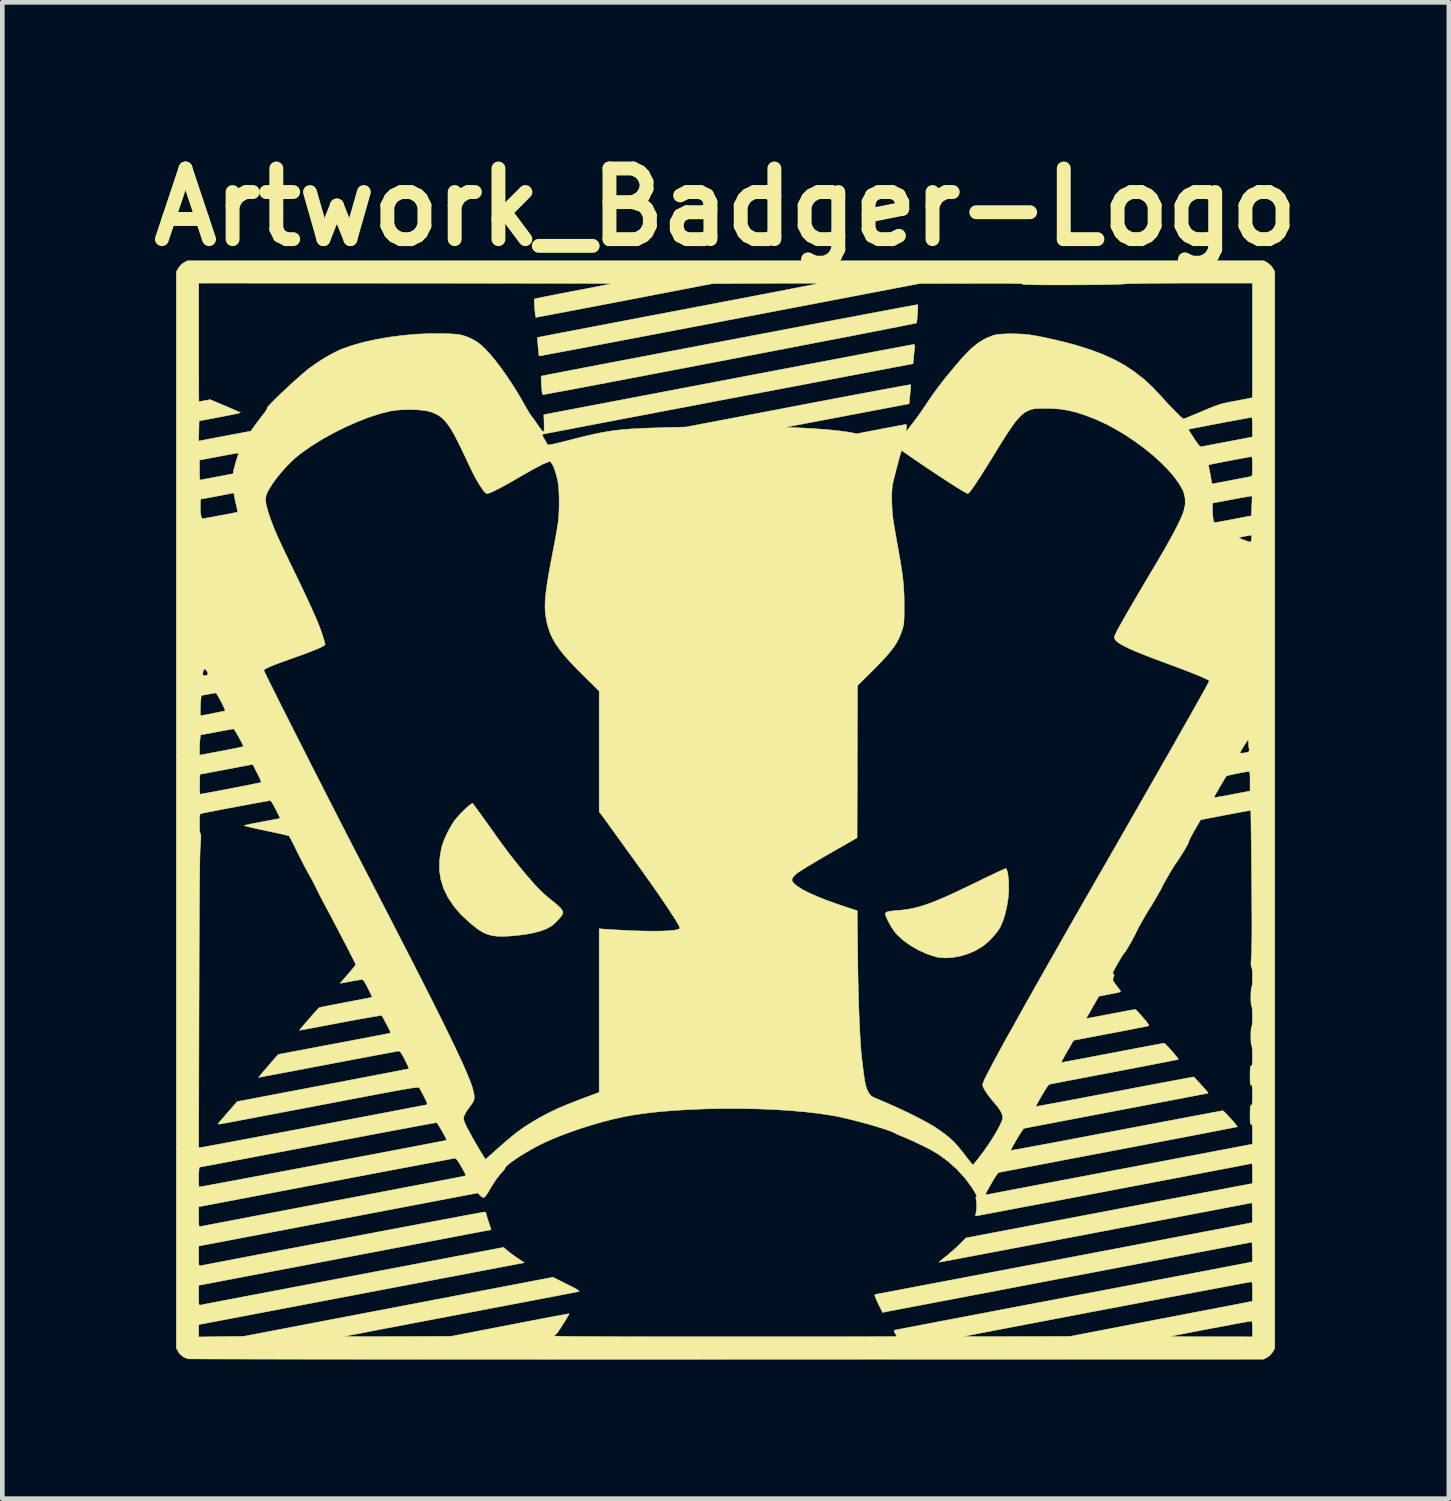
<source format=kicad_pcb>
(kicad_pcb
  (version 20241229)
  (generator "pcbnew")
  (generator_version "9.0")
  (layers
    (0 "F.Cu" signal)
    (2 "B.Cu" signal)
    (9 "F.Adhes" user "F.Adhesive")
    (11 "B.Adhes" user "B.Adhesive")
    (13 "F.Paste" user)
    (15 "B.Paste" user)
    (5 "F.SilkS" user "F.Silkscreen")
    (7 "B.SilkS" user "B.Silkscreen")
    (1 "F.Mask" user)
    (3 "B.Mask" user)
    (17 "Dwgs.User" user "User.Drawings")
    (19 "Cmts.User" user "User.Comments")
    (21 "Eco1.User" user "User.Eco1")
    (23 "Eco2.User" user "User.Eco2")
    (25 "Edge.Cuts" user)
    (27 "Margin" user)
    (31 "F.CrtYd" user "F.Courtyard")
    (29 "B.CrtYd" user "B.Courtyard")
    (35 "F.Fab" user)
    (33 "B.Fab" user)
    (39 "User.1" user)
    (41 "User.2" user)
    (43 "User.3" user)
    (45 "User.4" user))
  (footprint "Artwork_Badger-Logo"
    (layer "F.Cu")
    (at 12.598 14.418)
    (property "Reference" "Artwork_Badger-Logo" (at 0 -13 0) (layer "F.SilkS") (effects (font (size 1.524 1.524) (thickness 0.3))))
    (attr through_hole)
    (fp_poly (pts (xy 6.065 1.291) (xy 6.082 1.349) (xy 6.095 1.435) (xy 6.105 1.544) (xy 6.107 1.575) (xy 6.108 1.733) (xy 6.094 1.903) (xy 6.067 2.076) (xy 6.029 2.242) (xy 5.982 2.394) (xy 5.926 2.521) (xy 5.923 2.528) (xy 5.867 2.614) (xy 5.791 2.709) (xy 5.702 2.804) (xy 5.609 2.889) (xy 5.545 2.939) (xy 5.403 3.026) (xy 5.244 3.096) (xy 5.077 3.148) (xy 4.908 3.18) (xy 4.745 3.191) (xy 4.595 3.18) (xy 4.538 3.168) (xy 4.347 3.106) (xy 4.159 3.022) (xy 3.982 2.919) (xy 3.822 2.803) (xy 3.688 2.677) (xy 3.683 2.672) (xy 3.622 2.594) (xy 3.56 2.497) (xy 3.504 2.393) (xy 3.46 2.295) (xy 3.447 2.257) (xy 3.445 2.231) (xy 3.459 2.211) (xy 3.494 2.195) (xy 3.552 2.183) (xy 3.638 2.173) (xy 3.717 2.167) (xy 3.829 2.156) (xy 3.94 2.141) (xy 4.052 2.119) (xy 4.169 2.089) (xy 4.293 2.051) (xy 4.427 2.004) (xy 4.575 1.945) (xy 4.74 1.875) (xy 4.924 1.792) (xy 5.13 1.694) (xy 5.363 1.582) (xy 5.433 1.548) (xy 5.565 1.483) (xy 5.688 1.424) (xy 5.798 1.372) (xy 5.892 1.328) (xy 5.967 1.294) (xy 6.019 1.272) (xy 6.044 1.262) (xy 6.047 1.262) (xy 6.065 1.291)) (stroke (width 0.01) (type solid)) (fill yes) (layer "F.SilkS"))
    (fp_poly (pts (xy -5.454 -0.142) (xy -5.438 -0.122) (xy -5.406 -0.079) (xy -5.361 -0.016) (xy -5.304 0.062) (xy -5.239 0.152) (xy -5.17 0.249) (xy -5.098 0.349) (xy -5.027 0.448) (xy -4.961 0.542) (xy -4.923 0.595) (xy -4.812 0.749) (xy -4.693 0.908) (xy -4.569 1.067) (xy -4.445 1.223) (xy -4.324 1.37) (xy -4.208 1.505) (xy -4.103 1.623) (xy -4.011 1.72) (xy -3.96 1.77) (xy -3.909 1.816) (xy -3.841 1.875) (xy -3.765 1.938) (xy -3.708 1.984) (xy -3.623 2.054) (xy -3.564 2.11) (xy -3.528 2.155) (xy -3.51 2.193) (xy -3.509 2.229) (xy -3.511 2.238) (xy -3.53 2.272) (xy -3.568 2.321) (xy -3.618 2.377) (xy -3.675 2.433) (xy -3.731 2.483) (xy -3.773 2.514) (xy -3.871 2.566) (xy -3.999 2.613) (xy -4.152 2.653) (xy -4.327 2.685) (xy -4.518 2.708) (xy -4.521 2.708) (xy -4.682 2.721) (xy -4.814 2.726) (xy -4.924 2.723) (xy -5.016 2.712) (xy -5.095 2.694) (xy -5.116 2.687) (xy -5.181 2.663) (xy -5.239 2.636) (xy -5.299 2.6) (xy -5.365 2.554) (xy -5.444 2.491) (xy -5.521 2.427) (xy -5.708 2.254) (xy -5.863 2.072) (xy -5.988 1.884) (xy -6.082 1.69) (xy -6.143 1.491) (xy -6.172 1.289) (xy -6.168 1.085) (xy -6.167 1.076) (xy -6.155 0.988) (xy -6.141 0.898) (xy -6.126 0.821) (xy -6.12 0.796) (xy -6.087 0.692) (xy -6.038 0.573) (xy -5.978 0.449) (xy -5.912 0.331) (xy -5.861 0.25) (xy -5.82 0.197) (xy -5.768 0.137) (xy -5.709 0.073) (xy -5.646 0.01) (xy -5.586 -0.047) (xy -5.531 -0.095) (xy -5.488 -0.128) (xy -5.46 -0.143) (xy -5.454 -0.142)) (stroke (width 0.01) (type solid)) (fill yes) (layer "F.SilkS"))
    (fp_poly (pts (xy 4.147 -10.879) (xy 4.146 -10.834) (xy 4.144 -10.772) (xy 4.139 -10.701) (xy 4.134 -10.631) (xy 4.128 -10.568) (xy 4.122 -10.522) (xy 4.117 -10.501) (xy 4.099 -10.497) (xy 4.051 -10.487) (xy 3.972 -10.471) (xy 3.866 -10.45) (xy 3.733 -10.423) (xy 3.576 -10.393) (xy 3.396 -10.357) (xy 3.195 -10.318) (xy 2.975 -10.275) (xy 2.737 -10.229) (xy 2.484 -10.18) (xy 2.216 -10.129) (xy 1.936 -10.075) (xy 1.646 -10.019) (xy 1.346 -9.961) (xy 1.04 -9.902) (xy 0.729 -9.842) (xy 0.414 -9.782) (xy 0.097 -9.721) (xy -0.22 -9.66) (xy -0.535 -9.6) (xy -0.847 -9.54) (xy -1.153 -9.482) (xy -1.453 -9.425) (xy -1.744 -9.369) (xy -2.024 -9.316) (xy -2.292 -9.265) (xy -2.547 -9.216) (xy -2.785 -9.171) (xy -3.006 -9.129) (xy -3.208 -9.091) (xy -3.389 -9.057) (xy -3.547 -9.028) (xy -3.681 -9.003) (xy -3.788 -8.983) (xy -3.868 -8.969) (xy -3.918 -8.96) (xy -3.936 -8.958) (xy -3.947 -8.967) (xy -3.956 -8.999) (xy -3.963 -9.057) (xy -3.97 -9.144) (xy -3.971 -9.154) (xy -3.975 -9.231) (xy -3.977 -9.296) (xy -3.978 -9.34) (xy -3.976 -9.356) (xy -3.959 -9.36) (xy -3.91 -9.37) (xy -3.831 -9.386) (xy -3.725 -9.407) (xy -3.592 -9.432) (xy -3.435 -9.463) (xy -3.254 -9.498) (xy -3.053 -9.536) (xy -2.833 -9.578) (xy -2.594 -9.624) (xy -2.34 -9.673) (xy -2.072 -9.724) (xy -1.792 -9.777) (xy -1.501 -9.833) (xy -1.201 -9.89) (xy -0.894 -9.948) (xy -0.581 -10.008) (xy -0.265 -10.068) (xy 0.053 -10.128) (xy 0.371 -10.189) (xy 0.688 -10.249) (xy 1.001 -10.308) (xy 1.309 -10.367) (xy 1.611 -10.424) (xy 1.904 -10.479) (xy 2.186 -10.533) (xy 2.457 -10.584) (xy 2.714 -10.632) (xy 2.955 -10.678) (xy 3.18 -10.72) (xy 3.385 -10.758) (xy 3.569 -10.793) (xy 3.731 -10.823) (xy 3.869 -10.849) (xy 3.981 -10.869) (xy 4.065 -10.885) (xy 4.12 -10.894) (xy 4.143 -10.898) (xy 4.144 -10.898) (xy 4.147 -10.879)) (stroke (width 0.01) (type solid)) (fill yes) (layer "F.SilkS"))
    (fp_poly (pts (xy 11.684 -11.802) (xy 11.763 -11.739) (xy 11.802 -11.684) (xy 11.845 -11.608) (xy 11.845 11.608) (xy 11.802 11.684) (xy 11.739 11.763) (xy 11.684 11.802) (xy 11.608 11.845) (xy 0.034 11.847) (xy -0.591 11.848) (xy -1.208 11.848) (xy -1.816 11.848) (xy -2.414 11.848) (xy -3.001 11.848) (xy -3.576 11.848) (xy -4.139 11.847) (xy -4.688 11.847) (xy -5.222 11.847) (xy -5.742 11.847) (xy -6.245 11.847) (xy -6.732 11.846) (xy -7.2 11.846) (xy -7.65 11.846) (xy -8.08 11.845) (xy -8.49 11.845) (xy -8.879 11.845) (xy -9.245 11.844) (xy -9.588 11.844) (xy -9.907 11.843) (xy -10.202 11.843) (xy -10.471 11.842) (xy -10.713 11.842) (xy -10.927 11.841) (xy -11.114 11.841) (xy -11.271 11.84) (xy -11.398 11.839) (xy -11.494 11.839) (xy -11.559 11.838) (xy -11.59 11.837) (xy -11.594 11.837) (xy -11.691 11.798) (xy -11.768 11.733) (xy -11.803 11.683) (xy -11.845 11.608) (xy -11.845 9.405) (xy -11.362 9.405) (xy -11.362 9.622) (xy -11.362 9.711) (xy -11.361 9.771) (xy -11.358 9.808) (xy -11.352 9.827) (xy -11.342 9.832) (xy -11.327 9.831) (xy -11.324 9.83) (xy -11.298 9.824) (xy -11.241 9.813) (xy -11.156 9.797) (xy -11.043 9.775) (xy -10.906 9.749) (xy -10.746 9.718) (xy -10.566 9.683) (xy -10.367 9.645) (xy -10.151 9.604) (xy -9.92 9.56) (xy -9.677 9.514) (xy -9.423 9.466) (xy -9.16 9.416) (xy -8.891 9.365) (xy -8.617 9.313) (xy -8.34 9.261) (xy -8.063 9.208) (xy -7.788 9.156) (xy -7.516 9.105) (xy -7.249 9.054) (xy -6.99 9.005) (xy -6.74 8.958) (xy -6.502 8.913) (xy -6.278 8.871) (xy -6.069 8.832) (xy -5.877 8.796) (xy -5.705 8.763) (xy -5.555 8.735) (xy -5.429 8.712) (xy -5.328 8.693) (xy -5.254 8.68) (xy -5.211 8.672) (xy -5.199 8.67) (xy -5.17 8.682) (xy -5.164 8.7) (xy -5.159 8.728) (xy -5.145 8.779) (xy -5.124 8.846) (xy -5.109 8.891) (xy -5.055 9.052) (xy -8.208 9.652) (xy -11.362 10.252) (xy -11.362 10.469) (xy -11.362 10.558) (xy -11.361 10.618) (xy -11.358 10.655) (xy -11.352 10.673) (xy -11.342 10.679) (xy -11.327 10.677) (xy -11.324 10.677) (xy -11.304 10.673) (xy -11.252 10.663) (xy -11.17 10.647) (xy -11.06 10.626) (xy -10.923 10.599) (xy -10.76 10.568) (xy -10.574 10.533) (xy -10.367 10.493) (xy -10.138 10.45) (xy -9.892 10.403) (xy -9.628 10.353) (xy -9.348 10.299) (xy -9.055 10.244) (xy -8.75 10.186) (xy -8.433 10.126) (xy -8.108 10.064) (xy -8.037 10.05) (xy -4.788 9.433) (xy -4.712 9.499) (xy -4.664 9.538) (xy -4.598 9.588) (xy -4.526 9.639) (xy -4.488 9.665) (xy -4.34 9.764) (xy -7.851 10.431) (xy -11.362 11.099) (xy -11.362 11.365) (xy -10.875 11.358) (xy -10.389 11.351) (xy -3.722 10.077) (xy -3.423 10.227) (xy -3.32 10.279) (xy -3.245 10.318) (xy -3.195 10.347) (xy -3.166 10.366) (xy -3.156 10.378) (xy -3.162 10.385) (xy -3.167 10.387) (xy -3.188 10.391) (xy -3.24 10.401) (xy -3.323 10.417) (xy -3.433 10.438) (xy -3.568 10.464) (xy -3.728 10.495) (xy -3.91 10.529) (xy -4.112 10.568) (xy -4.332 10.61) (xy -4.569 10.655) (xy -4.821 10.703) (xy -5.086 10.753) (xy -5.361 10.806) (xy -5.646 10.86) (xy -5.707 10.871) (xy -5.992 10.926) (xy -6.269 10.978) (xy -6.535 11.029) (xy -6.788 11.077) (xy -7.027 11.123) (xy -7.249 11.165) (xy -7.454 11.204) (xy -7.638 11.24) (xy -7.8 11.271) (xy -7.939 11.298) (xy -8.052 11.319) (xy -8.138 11.336) (xy -8.194 11.347) (xy -8.22 11.353) (xy -8.221 11.353) (xy -8.208 11.354) (xy -8.163 11.355) (xy -8.09 11.356) (xy -7.99 11.356) (xy -7.868 11.357) (xy -7.726 11.357) (xy -7.565 11.357) (xy -7.39 11.357) (xy -7.202 11.356) (xy -7.078 11.356) (xy -5.918 11.351) (xy -4.648 11.105) (xy -4.446 11.066) (xy -4.253 11.028) (xy -4.073 10.994) (xy -3.908 10.962) (xy -3.76 10.934) (xy -3.632 10.91) (xy -3.527 10.891) (xy -3.447 10.876) (xy -3.395 10.867) (xy -3.373 10.864) (xy -3.372 10.864) (xy -3.379 10.879) (xy -3.4 10.918) (xy -3.435 10.976) (xy -3.479 11.047) (xy -3.509 11.094) (xy -3.564 11.18) (xy -3.605 11.242) (xy -3.637 11.284) (xy -3.663 11.311) (xy -3.687 11.328) (xy -3.713 11.338) (xy -3.718 11.34) (xy -3.719 11.342) (xy -3.705 11.344) (xy -3.675 11.346) (xy -3.628 11.348) (xy -3.563 11.35) (xy -3.479 11.351) (xy -3.375 11.353) (xy -3.25 11.354) (xy -3.102 11.355) (xy -2.932 11.356) (xy -2.737 11.357) (xy -2.517 11.358) (xy -2.27 11.359) (xy -1.996 11.359) (xy -1.694 11.36) (xy -1.362 11.36) (xy -1 11.36) (xy -0.607 11.361) (xy -0.181 11.361) (xy -0.047 11.361) (xy 0.307 11.361) (xy 0.651 11.361) (xy 0.985 11.361) (xy 1.306 11.361) (xy 1.614 11.361) (xy 1.907 11.361) (xy 2.183 11.36) (xy 2.441 11.36) (xy 2.679 11.36) (xy 2.896 11.359) (xy 3.09 11.359) (xy 3.259 11.358) (xy 3.403 11.358) (xy 3.52 11.357) (xy 3.608 11.356) (xy 3.665 11.356) (xy 3.69 11.355) (xy 3.691 11.355) (xy 3.691 11.353) (xy 5.139 11.353) (xy 5.153 11.354) (xy 5.198 11.355) (xy 5.271 11.356) (xy 5.37 11.357) (xy 5.492 11.357) (xy 5.634 11.357) (xy 5.795 11.357) (xy 5.97 11.357) (xy 6.157 11.357) (xy 6.274 11.356) (xy 7.425 11.353) (xy 7.426 11.353) (xy 9.593 11.353) (xy 9.606 11.354) (xy 9.65 11.355) (xy 9.722 11.357) (xy 9.818 11.358) (xy 9.936 11.359) (xy 10.073 11.36) (xy 10.225 11.36) (xy 10.39 11.361) (xy 10.469 11.361) (xy 11.362 11.362) (xy 11.362 11.193) (xy 11.362 11.115) (xy 11.359 11.066) (xy 11.354 11.038) (xy 11.344 11.026) (xy 11.333 11.024) (xy 11.311 11.027) (xy 11.26 11.035) (xy 11.184 11.049) (xy 11.086 11.067) (xy 10.97 11.088) (xy 10.84 11.113) (xy 10.7 11.139) (xy 10.554 11.166) (xy 10.405 11.194) (xy 10.258 11.222) (xy 10.117 11.249) (xy 9.984 11.275) (xy 9.865 11.298) (xy 9.762 11.318) (xy 9.681 11.334) (xy 9.624 11.346) (xy 9.595 11.352) (xy 9.593 11.353) (xy 7.426 11.353) (xy 9.296 10.993) (xy 9.545 10.946) (xy 9.786 10.899) (xy 10.016 10.855) (xy 10.234 10.813) (xy 10.438 10.774) (xy 10.624 10.738) (xy 10.791 10.706) (xy 10.937 10.678) (xy 11.059 10.655) (xy 11.155 10.636) (xy 11.223 10.623) (xy 11.261 10.616) (xy 11.265 10.615) (xy 11.362 10.596) (xy 11.362 10.386) (xy 11.362 10.299) (xy 11.36 10.24) (xy 11.356 10.203) (xy 11.35 10.185) (xy 11.339 10.178) (xy 11.331 10.177) (xy 11.312 10.18) (xy 11.261 10.189) (xy 11.181 10.204) (xy 11.074 10.224) (xy 10.942 10.248) (xy 10.786 10.278) (xy 10.61 10.311) (xy 10.414 10.348) (xy 10.201 10.388) (xy 9.972 10.431) (xy 9.731 10.477) (xy 9.478 10.524) (xy 9.216 10.574) (xy 8.947 10.625) (xy 8.673 10.677) (xy 8.396 10.73) (xy 8.117 10.782) (xy 7.839 10.835) (xy 7.565 10.888) (xy 7.295 10.939) (xy 7.032 10.989) (xy 6.777 11.037) (xy 6.534 11.084) (xy 6.304 11.128) (xy 6.088 11.169) (xy 5.889 11.207) (xy 5.71 11.242) (xy 5.551 11.272) (xy 5.415 11.298) (xy 5.304 11.32) (xy 5.22 11.336) (xy 5.164 11.347) (xy 5.14 11.353) (xy 5.139 11.353) (xy 3.691 11.353) (xy 3.684 11.337) (xy 3.664 11.301) (xy 3.656 11.287) (xy 3.635 11.247) (xy 3.634 11.226) (xy 3.643 11.219) (xy 3.662 11.215) (xy 3.712 11.206) (xy 3.793 11.19) (xy 3.902 11.169) (xy 4.039 11.143) (xy 4.202 11.111) (xy 4.389 11.076) (xy 4.599 11.035) (xy 4.831 10.991) (xy 5.082 10.943) (xy 5.352 10.892) (xy 5.639 10.837) (xy 5.942 10.779) (xy 6.258 10.719) (xy 6.588 10.656) (xy 6.928 10.592) (xy 7.278 10.525) (xy 7.51 10.481) (xy 7.865 10.414) (xy 8.212 10.348) (xy 8.548 10.284) (xy 8.872 10.222) (xy 9.183 10.163) (xy 9.48 10.106) (xy 9.76 10.053) (xy 10.023 10.003) (xy 10.266 9.956) (xy 10.489 9.914) (xy 10.69 9.875) (xy 10.868 9.841) (xy 11.02 9.812) (xy 11.146 9.788) (xy 11.244 9.769) (xy 11.313 9.755) (xy 11.351 9.748) (xy 11.359 9.746) (xy 11.36 9.728) (xy 11.361 9.683) (xy 11.36 9.618) (xy 11.359 9.538) (xy 11.359 9.53) (xy 11.354 9.32) (xy 7.425 10.067) (xy 7.065 10.135) (xy 6.714 10.202) (xy 6.372 10.267) (xy 6.042 10.33) (xy 5.725 10.391) (xy 5.422 10.448) (xy 5.135 10.503) (xy 4.865 10.554) (xy 4.613 10.602) (xy 4.383 10.646) (xy 4.173 10.686) (xy 3.987 10.721) (xy 3.826 10.752) (xy 3.691 10.778) (xy 3.583 10.798) (xy 3.504 10.813) (xy 3.457 10.823) (xy 3.441 10.826) (xy 3.385 10.837) (xy 3.301 10.665) (xy 3.258 10.575) (xy 3.231 10.511) (xy 3.219 10.47) (xy 3.22 10.451) (xy 3.227 10.448) (xy 3.245 10.445) (xy 3.294 10.436) (xy 3.373 10.421) (xy 3.48 10.401) (xy 3.613 10.376) (xy 3.771 10.346) (xy 3.952 10.311) (xy 4.153 10.273) (xy 4.374 10.231) (xy 4.613 10.186) (xy 4.867 10.138) (xy 5.135 10.087) (xy 5.416 10.033) (xy 5.707 9.978) (xy 6.008 9.921) (xy 6.315 9.862) (xy 6.628 9.803) (xy 6.944 9.743) (xy 7.262 9.682) (xy 7.58 9.621) (xy 7.897 9.561) (xy 8.211 9.501) (xy 8.519 9.443) (xy 8.821 9.385) (xy 9.114 9.329) (xy 9.397 9.275) (xy 9.668 9.223) (xy 9.925 9.174) (xy 10.167 9.128) (xy 10.391 9.085) (xy 10.596 9.046) (xy 10.781 9.011) (xy 10.944 8.979) (xy 11.082 8.953) (xy 11.194 8.931) (xy 11.278 8.915) (xy 11.334 8.904) (xy 11.358 8.899) (xy 11.359 8.899) (xy 11.36 8.881) (xy 11.361 8.837) (xy 11.36 8.771) (xy 11.359 8.691) (xy 11.359 8.683) (xy 11.354 8.472) (xy 7.993 9.112) (xy 7.66 9.176) (xy 7.337 9.237) (xy 7.024 9.297) (xy 6.723 9.354) (xy 6.435 9.409) (xy 6.163 9.46) (xy 5.907 9.509) (xy 5.669 9.554) (xy 5.451 9.595) (xy 5.255 9.632) (xy 5.081 9.665) (xy 4.933 9.693) (xy 4.81 9.716) (xy 4.715 9.734) (xy 4.649 9.746) (xy 4.614 9.752) (xy 4.609 9.753) (xy 4.612 9.744) (xy 4.638 9.719) (xy 4.683 9.683) (xy 4.728 9.648) (xy 4.798 9.592) (xy 4.881 9.521) (xy 4.964 9.446) (xy 5.026 9.387) (xy 5.183 9.23) (xy 8.175 8.661) (xy 8.49 8.601) (xy 8.796 8.543) (xy 9.093 8.486) (xy 9.378 8.432) (xy 9.65 8.38) (xy 9.906 8.332) (xy 10.146 8.286) (xy 10.368 8.244) (xy 10.569 8.206) (xy 10.748 8.172) (xy 10.904 8.142) (xy 11.034 8.117) (xy 11.137 8.098) (xy 11.211 8.084) (xy 11.255 8.076) (xy 11.265 8.074) (xy 11.362 8.057) (xy 11.362 7.837) (xy 11.362 7.747) (xy 11.36 7.686) (xy 11.357 7.649) (xy 11.351 7.63) (xy 11.342 7.625) (xy 11.333 7.627) (xy 11.313 7.631) (xy 11.262 7.641) (xy 11.181 7.656) (xy 11.074 7.677) (xy 10.942 7.703) (xy 10.787 7.732) (xy 10.611 7.766) (xy 10.416 7.803) (xy 10.205 7.844) (xy 9.978 7.887) (xy 9.739 7.933) (xy 9.489 7.98) (xy 9.231 8.029) (xy 8.966 8.08) (xy 8.696 8.131) (xy 8.424 8.183) (xy 8.152 8.235) (xy 7.881 8.286) (xy 7.614 8.337) (xy 7.352 8.386) (xy 7.099 8.435) (xy 6.855 8.481) (xy 6.623 8.525) (xy 6.404 8.566) (xy 6.202 8.604) (xy 6.018 8.639) (xy 5.854 8.67) (xy 5.711 8.697) (xy 5.593 8.719) (xy 5.501 8.736) (xy 5.438 8.748) (xy 5.404 8.754) (xy 5.4 8.755) (xy 5.389 8.742) (xy 5.393 8.725) (xy 5.404 8.675) (xy 5.412 8.606) (xy 5.415 8.529) (xy 5.412 8.459) (xy 5.405 8.412) (xy 5.397 8.37) (xy 5.401 8.349) (xy 5.403 8.348) (xy 5.416 8.342) (xy 5.415 8.322) (xy 5.401 8.289) (xy 5.605 8.289) (xy 5.619 8.295) (xy 5.652 8.293) (xy 5.673 8.289) (xy 5.726 8.279) (xy 5.809 8.263) (xy 5.919 8.242) (xy 6.056 8.216) (xy 6.218 8.185) (xy 6.402 8.15) (xy 6.608 8.111) (xy 6.833 8.068) (xy 7.075 8.022) (xy 7.333 7.973) (xy 7.606 7.921) (xy 7.89 7.867) (xy 8.185 7.811) (xy 8.489 7.753) (xy 8.53 7.746) (xy 11.362 7.207) (xy 11.362 6.989) (xy 11.362 6.898) (xy 11.36 6.837) (xy 11.356 6.8) (xy 11.35 6.782) (xy 11.34 6.778) (xy 11.337 6.779) (xy 11.326 6.779) (xy 11.319 6.766) (xy 11.314 6.734) (xy 11.312 6.68) (xy 11.311 6.597) (xy 11.311 6.578) (xy 11.312 6.489) (xy 11.314 6.428) (xy 11.319 6.391) (xy 11.326 6.372) (xy 11.337 6.367) (xy 11.337 6.367) (xy 11.347 6.362) (xy 11.355 6.344) (xy 11.359 6.308) (xy 11.361 6.249) (xy 11.362 6.162) (xy 11.362 6.145) (xy 11.362 6.054) (xy 11.36 5.992) (xy 11.356 5.954) (xy 11.35 5.936) (xy 11.341 5.932) (xy 11.337 5.933) (xy 11.326 5.933) (xy 11.319 5.919) (xy 11.314 5.888) (xy 11.312 5.833) (xy 11.311 5.75) (xy 11.311 5.731) (xy 11.312 5.642) (xy 11.314 5.581) (xy 11.319 5.544) (xy 11.326 5.525) (xy 11.337 5.52) (xy 11.337 5.52) (xy 11.347 5.515) (xy 11.355 5.497) (xy 11.359 5.461) (xy 11.362 5.402) (xy 11.362 5.314) (xy 11.362 5.3) (xy 11.361 5.206) (xy 11.357 5.136) (xy 11.352 5.093) (xy 11.345 5.08) (xy 11.338 5.064) (xy 11.332 5.018) (xy 11.329 4.945) (xy 11.328 4.877) (xy 11.33 4.788) (xy 11.334 4.722) (xy 11.34 4.683) (xy 11.345 4.674) (xy 11.353 4.657) (xy 11.358 4.611) (xy 11.361 4.537) (xy 11.362 4.453) (xy 11.361 4.359) (xy 11.357 4.289) (xy 11.352 4.246) (xy 11.345 4.233) (xy 11.338 4.217) (xy 11.332 4.171) (xy 11.329 4.099) (xy 11.328 4.031) (xy 11.33 3.947) (xy 11.334 3.879) (xy 11.339 3.834) (xy 11.345 3.818) (xy 11.353 3.798) (xy 11.359 3.752) (xy 11.362 3.688) (xy 11.363 3.615) (xy 11.362 3.541) (xy 11.359 3.473) (xy 11.353 3.419) (xy 11.346 3.388) (xy 11.342 3.383) (xy 11.335 3.372) (xy 11.331 3.342) (xy 11.331 3.289) (xy 11.335 3.21) (xy 11.341 3.132) (xy 11.344 3.062) (xy 11.347 2.963) (xy 11.349 2.836) (xy 11.351 2.679) (xy 11.351 2.492) (xy 11.351 2.274) (xy 11.349 2.024) (xy 11.348 1.741) (xy 11.345 1.451) (xy 11.343 1.233) (xy 11.341 1.026) (xy 11.339 0.831) (xy 11.336 0.65) (xy 11.334 0.487) (xy 11.332 0.344) (xy 11.331 0.223) (xy 11.329 0.127) (xy 11.328 0.058) (xy 11.326 0.018) (xy 11.326 0.01) (xy 11.308 0.011) (xy 11.262 0.019) (xy 11.19 0.032) (xy 11.096 0.049) (xy 10.986 0.07) (xy 10.862 0.093) (xy 10.782 0.108) (xy 10.245 0.212) (xy 10.108 0.448) (xy 10.063 0.528) (xy 10.026 0.597) (xy 10 0.65) (xy 9.988 0.683) (xy 9.988 0.69) (xy 9.984 0.705) (xy 9.966 0.743) (xy 9.935 0.797) (xy 9.897 0.863) (xy 9.854 0.934) (xy 9.809 1.005) (xy 9.767 1.07) (xy 9.73 1.124) (xy 9.703 1.16) (xy 9.703 1.16) (xy 9.686 1.184) (xy 9.658 1.23) (xy 9.621 1.291) (xy 9.579 1.361) (xy 9.537 1.435) (xy 9.496 1.506) (xy 9.461 1.568) (xy 9.436 1.614) (xy 9.424 1.64) (xy 9.423 1.642) (xy 9.415 1.66) (xy 9.393 1.7) (xy 9.362 1.757) (xy 9.323 1.825) (xy 9.282 1.897) (xy 9.241 1.967) (xy 9.205 2.029) (xy 9.176 2.076) (xy 9.161 2.1) (xy 9.134 2.141) (xy 9.097 2.202) (xy 9.052 2.277) (xy 9.005 2.359) (xy 8.959 2.441) (xy 8.918 2.514) (xy 8.886 2.574) (xy 8.868 2.611) (xy 8.867 2.612) (xy 8.844 2.662) (xy 8.811 2.728) (xy 8.77 2.803) (xy 8.727 2.881) (xy 8.684 2.954) (xy 8.646 3.017) (xy 8.617 3.062) (xy 8.601 3.081) (xy 8.582 3.105) (xy 8.551 3.152) (xy 8.511 3.217) (xy 8.466 3.293) (xy 8.451 3.319) (xy 8.402 3.407) (xy 8.37 3.469) (xy 8.354 3.51) (xy 8.351 3.531) (xy 8.357 3.536) (xy 8.375 3.543) (xy 8.38 3.557) (xy 8.372 3.589) (xy 8.362 3.617) (xy 8.353 3.647) (xy 8.354 3.673) (xy 8.369 3.703) (xy 8.4 3.748) (xy 8.417 3.77) (xy 8.457 3.823) (xy 8.492 3.868) (xy 8.513 3.896) (xy 8.513 3.897) (xy 8.519 3.908) (xy 8.513 3.918) (xy 8.492 3.928) (xy 8.451 3.939) (xy 8.386 3.953) (xy 8.292 3.971) (xy 8.051 4.017) (xy 7.913 4.256) (xy 7.868 4.337) (xy 7.829 4.406) (xy 7.799 4.459) (xy 7.782 4.491) (xy 7.779 4.498) (xy 7.795 4.496) (xy 7.841 4.487) (xy 7.912 4.474) (xy 8.004 4.457) (xy 8.113 4.436) (xy 8.236 4.413) (xy 8.297 4.401) (xy 8.426 4.376) (xy 8.544 4.354) (xy 8.647 4.335) (xy 8.732 4.319) (xy 8.794 4.308) (xy 8.828 4.302) (xy 8.834 4.301) (xy 8.852 4.313) (xy 8.886 4.347) (xy 8.933 4.397) (xy 8.988 4.459) (xy 9 4.474) (xy 9.06 4.544) (xy 9.099 4.594) (xy 9.12 4.626) (xy 9.127 4.645) (xy 9.12 4.655) (xy 9.116 4.657) (xy 9.093 4.663) (xy 9.041 4.674) (xy 8.962 4.689) (xy 8.86 4.709) (xy 8.739 4.733) (xy 8.601 4.76) (xy 8.45 4.789) (xy 8.295 4.818) (xy 7.506 4.968) (xy 7.369 5.205) (xy 7.323 5.285) (xy 7.284 5.354) (xy 7.255 5.407) (xy 7.239 5.439) (xy 7.236 5.446) (xy 7.253 5.444) (xy 7.3 5.436) (xy 7.375 5.422) (xy 7.475 5.403) (xy 7.597 5.381) (xy 7.739 5.354) (xy 7.898 5.324) (xy 8.071 5.291) (xy 8.255 5.256) (xy 8.34 5.24) (xy 8.528 5.204) (xy 8.707 5.17) (xy 8.874 5.138) (xy 9.025 5.11) (xy 9.158 5.085) (xy 9.27 5.064) (xy 9.359 5.047) (xy 9.421 5.036) (xy 9.454 5.03) (xy 9.459 5.03) (xy 9.475 5.041) (xy 9.508 5.073) (xy 9.552 5.119) (xy 9.601 5.173) (xy 9.652 5.231) (xy 9.698 5.286) (xy 9.736 5.332) (xy 9.76 5.365) (xy 9.766 5.378) (xy 9.748 5.383) (xy 9.7 5.393) (xy 9.623 5.408) (xy 9.521 5.429) (xy 9.395 5.453) (xy 9.248 5.482) (xy 9.083 5.514) (xy 8.901 5.549) (xy 8.707 5.586) (xy 8.501 5.626) (xy 8.38 5.649) (xy 8.168 5.689) (xy 7.966 5.728) (xy 7.775 5.764) (xy 7.599 5.798) (xy 7.44 5.828) (xy 7.3 5.855) (xy 7.182 5.878) (xy 7.088 5.897) (xy 7.021 5.91) (xy 6.984 5.917) (xy 6.977 5.919) (xy 6.962 5.935) (xy 6.934 5.974) (xy 6.898 6.029) (xy 6.857 6.096) (xy 6.814 6.168) (xy 6.773 6.238) (xy 6.737 6.302) (xy 6.709 6.354) (xy 6.695 6.386) (xy 6.694 6.394) (xy 6.711 6.392) (xy 6.759 6.384) (xy 6.836 6.37) (xy 6.939 6.351) (xy 7.067 6.328) (xy 7.217 6.3) (xy 7.387 6.268) (xy 7.575 6.233) (xy 7.778 6.194) (xy 7.995 6.153) (xy 8.222 6.11) (xy 8.387 6.079) (xy 8.622 6.034) (xy 8.846 5.991) (xy 9.06 5.951) (xy 9.259 5.913) (xy 9.443 5.878) (xy 9.608 5.847) (xy 9.753 5.82) (xy 9.875 5.797) (xy 9.972 5.779) (xy 10.042 5.766) (xy 10.082 5.759) (xy 10.091 5.757) (xy 10.106 5.769) (xy 10.138 5.8) (xy 10.182 5.846) (xy 10.232 5.9) (xy 10.284 5.957) (xy 10.332 6.012) (xy 10.373 6.059) (xy 10.4 6.092) (xy 10.409 6.107) (xy 10.409 6.107) (xy 10.392 6.111) (xy 10.344 6.12) (xy 10.267 6.135) (xy 10.162 6.155) (xy 10.033 6.18) (xy 9.881 6.209) (xy 9.707 6.243) (xy 9.515 6.279) (xy 9.306 6.319) (xy 9.082 6.362) (xy 8.845 6.407) (xy 8.598 6.454) (xy 8.432 6.485) (xy 8.179 6.534) (xy 7.934 6.58) (xy 7.7 6.625) (xy 7.48 6.667) (xy 7.275 6.706) (xy 7.087 6.742) (xy 6.919 6.774) (xy 6.772 6.802) (xy 6.649 6.825) (xy 6.552 6.844) (xy 6.482 6.858) (xy 6.443 6.866) (xy 6.434 6.867) (xy 6.419 6.883) (xy 6.391 6.922) (xy 6.355 6.978) (xy 6.313 7.044) (xy 6.27 7.116) (xy 6.229 7.187) (xy 6.193 7.251) (xy 6.167 7.302) (xy 6.153 7.335) (xy 6.152 7.343) (xy 6.169 7.341) (xy 6.218 7.332) (xy 6.295 7.318) (xy 6.401 7.299) (xy 6.532 7.275) (xy 6.687 7.246) (xy 6.864 7.214) (xy 7.06 7.177) (xy 7.274 7.137) (xy 7.505 7.093) (xy 7.75 7.047) (xy 8.006 6.998) (xy 8.273 6.948) (xy 8.431 6.918) (xy 8.703 6.866) (xy 8.967 6.816) (xy 9.219 6.768) (xy 9.459 6.723) (xy 9.683 6.68) (xy 9.891 6.641) (xy 10.081 6.605) (xy 10.25 6.573) (xy 10.396 6.546) (xy 10.518 6.523) (xy 10.613 6.505) (xy 10.68 6.493) (xy 10.717 6.486) (xy 10.723 6.485) (xy 10.74 6.497) (xy 10.774 6.528) (xy 10.818 6.574) (xy 10.868 6.628) (xy 10.92 6.685) (xy 10.967 6.739) (xy 11.006 6.786) (xy 11.031 6.819) (xy 11.038 6.833) (xy 11.02 6.837) (xy 10.972 6.846) (xy 10.894 6.862) (xy 10.788 6.882) (xy 10.656 6.908) (xy 10.499 6.938) (xy 10.321 6.973) (xy 10.121 7.011) (xy 9.903 7.053) (xy 9.668 7.098) (xy 9.417 7.146) (xy 9.153 7.196) (xy 8.878 7.249) (xy 8.592 7.303) (xy 8.483 7.324) (xy 8.194 7.379) (xy 7.914 7.432) (xy 7.644 7.483) (xy 7.387 7.532) (xy 7.144 7.579) (xy 6.917 7.622) (xy 6.708 7.662) (xy 6.519 7.698) (xy 6.351 7.73) (xy 6.207 7.758) (xy 6.088 7.78) (xy 5.997 7.798) (xy 5.934 7.81) (xy 5.902 7.817) (xy 5.898 7.817) (xy 5.875 7.833) (xy 5.843 7.872) (xy 5.8 7.937) (xy 5.745 8.03) (xy 5.733 8.052) (xy 5.689 8.13) (xy 5.651 8.199) (xy 5.623 8.251) (xy 5.607 8.283) (xy 5.605 8.289) (xy 5.401 8.289) (xy 5.399 8.285) (xy 5.366 8.227) (xy 5.315 8.146) (xy 5.297 8.119) (xy 5.153 7.926) (xy 4.982 7.742) (xy 4.791 7.572) (xy 4.586 7.423) (xy 4.394 7.311) (xy 4.284 7.256) (xy 4.163 7.198) (xy 4.043 7.141) (xy 3.931 7.091) (xy 3.837 7.051) (xy 3.818 7.044) (xy 3.754 7.018) (xy 3.702 6.995) (xy 3.669 6.978) (xy 3.664 6.975) (xy 3.629 6.955) (xy 3.565 6.929) (xy 3.476 6.898) (xy 3.368 6.862) (xy 3.245 6.825) (xy 3.11 6.785) (xy 2.968 6.746) (xy 2.825 6.708) (xy 2.683 6.672) (xy 2.548 6.64) (xy 2.423 6.612) (xy 2.314 6.591) (xy 2.299 6.589) (xy 2.021 6.546) (xy 1.716 6.511) (xy 1.391 6.483) (xy 1.05 6.461) (xy 0.697 6.447) (xy 0.337 6.44) (xy -0.025 6.439) (xy -0.386 6.445) (xy -0.739 6.459) (xy -1.081 6.479) (xy -1.407 6.505) (xy -1.713 6.539) (xy -1.993 6.579) (xy -2.184 6.614) (xy -2.412 6.664) (xy -2.652 6.726) (xy -2.898 6.797) (xy -3.145 6.875) (xy -3.384 6.959) (xy -3.611 7.045) (xy -3.818 7.132) (xy -4 7.218) (xy -4.043 7.24) (xy -4.172 7.31) (xy -4.296 7.382) (xy -4.413 7.453) (xy -4.518 7.521) (xy -4.609 7.585) (xy -4.681 7.64) (xy -4.731 7.686) (xy -4.756 7.719) (xy -4.758 7.728) (xy -4.77 7.752) (xy -4.798 7.786) (xy -4.811 7.799) (xy -4.868 7.861) (xy -4.935 7.949) (xy -5.007 8.056) (xy -5.08 8.175) (xy -5.091 8.194) (xy -5.138 8.273) (xy -5.174 8.325) (xy -5.204 8.353) (xy -5.23 8.358) (xy -5.259 8.343) (xy -5.289 8.317) (xy -5.347 8.26) (xy -8.355 8.833) (xy -11.362 9.405) (xy -11.845 9.405) (xy -11.845 8.558) (xy -11.362 8.558) (xy -11.362 8.776) (xy -11.362 8.865) (xy -11.36 8.926) (xy -11.357 8.963) (xy -11.351 8.981) (xy -11.341 8.987) (xy -11.333 8.985) (xy -11.313 8.981) (xy -11.262 8.971) (xy -11.181 8.955) (xy -11.072 8.934) (xy -10.937 8.908) (xy -10.777 8.878) (xy -10.594 8.843) (xy -10.39 8.804) (xy -10.167 8.761) (xy -9.926 8.715) (xy -9.669 8.667) (xy -9.398 8.615) (xy -9.114 8.561) (xy -8.82 8.505) (xy -8.517 8.448) (xy -8.484 8.441) (xy -8.179 8.384) (xy -7.884 8.327) (xy -7.599 8.273) (xy -7.326 8.221) (xy -7.067 8.172) (xy -6.824 8.125) (xy -6.598 8.082) (xy -6.391 8.043) (xy -6.206 8.007) (xy -6.043 7.976) (xy -5.904 7.949) (xy -5.791 7.927) (xy -5.707 7.911) (xy -5.652 7.9) (xy -5.628 7.895) (xy -5.627 7.894) (xy -5.613 7.888) (xy -5.607 7.877) (xy -5.611 7.857) (xy -5.626 7.823) (xy -5.655 7.769) (xy -5.696 7.696) (xy -5.746 7.612) (xy -5.783 7.556) (xy -5.811 7.523) (xy -5.831 7.511) (xy -5.835 7.511) (xy -5.855 7.514) (xy -5.906 7.523) (xy -5.987 7.538) (xy -6.097 7.559) (xy -6.232 7.584) (xy -6.392 7.614) (xy -6.574 7.648) (xy -6.778 7.687) (xy -7.001 7.729) (xy -7.241 7.774) (xy -7.497 7.822) (xy -7.766 7.874) (xy -8.048 7.927) (xy -8.34 7.983) (xy -8.615 8.035) (xy -11.362 8.558) (xy -11.845 8.558) (xy -11.845 7.966) (xy -11.363 7.966) (xy -11.362 8.034) (xy -11.36 8.089) (xy -11.357 8.123) (xy -11.354 8.13) (xy -11.337 8.128) (xy -11.289 8.12) (xy -11.212 8.106) (xy -11.108 8.087) (xy -10.98 8.063) (xy -10.829 8.035) (xy -10.657 8.003) (xy -10.468 7.968) (xy -10.262 7.929) (xy -10.042 7.888) (xy -9.811 7.844) (xy -9.57 7.799) (xy -9.321 7.752) (xy -9.067 7.704) (xy -8.81 7.656) (xy -8.552 7.607) (xy -8.295 7.558) (xy -8.041 7.51) (xy -7.793 7.463) (xy -7.552 7.418) (xy -7.321 7.374) (xy -7.101 7.332) (xy -6.896 7.293) (xy -6.707 7.257) (xy -6.536 7.224) (xy -6.386 7.195) (xy -6.258 7.17) (xy -6.155 7.15) (xy -6.079 7.135) (xy -6.032 7.125) (xy -6.016 7.122) (xy -6.02 7.105) (xy -6.038 7.066) (xy -6.066 7.011) (xy -6.101 6.949) (xy -6.138 6.884) (xy -6.174 6.825) (xy -6.204 6.778) (xy -6.226 6.749) (xy -6.232 6.743) (xy -6.251 6.746) (xy -6.302 6.755) (xy -6.382 6.769) (xy -6.49 6.788) (xy -6.624 6.813) (xy -6.782 6.842) (xy -6.963 6.876) (xy -7.164 6.913) (xy -7.383 6.955) (xy -7.619 6.999) (xy -7.871 7.047) (xy -8.135 7.097) (xy -8.411 7.149) (xy -8.697 7.203) (xy -8.795 7.222) (xy -9.083 7.277) (xy -9.362 7.33) (xy -9.63 7.38) (xy -9.886 7.429) (xy -10.127 7.475) (xy -10.352 7.517) (xy -10.558 7.556) (xy -10.745 7.592) (xy -10.91 7.623) (xy -11.051 7.65) (xy -11.167 7.671) (xy -11.256 7.688) (xy -11.316 7.699) (xy -11.345 7.704) (xy -11.348 7.705) (xy -11.352 7.72) (xy -11.357 7.762) (xy -11.36 7.822) (xy -11.362 7.892) (xy -11.363 7.966) (xy -11.845 7.966) (xy -11.845 7.281) (xy -11.363 7.281) (xy -11.329 7.281) (xy -11.308 7.278) (xy -11.257 7.269) (xy -11.175 7.254) (xy -11.066 7.234) (xy -10.932 7.209) (xy -10.773 7.18) (xy -10.593 7.146) (xy -10.393 7.108) (xy -10.174 7.067) (xy -9.939 7.023) (xy -9.69 6.976) (xy -9.428 6.926) (xy -9.155 6.875) (xy -8.886 6.823) (xy -8.605 6.77) (xy -8.333 6.718) (xy -8.072 6.669) (xy -7.823 6.621) (xy -7.589 6.576) (xy -7.372 6.535) (xy -7.172 6.497) (xy -6.993 6.462) (xy -6.836 6.432) (xy -6.703 6.407) (xy -6.596 6.386) (xy -6.516 6.371) (xy -6.466 6.361) (xy -6.448 6.357) (xy -6.436 6.349) (xy -6.435 6.333) (xy -6.445 6.303) (xy -6.467 6.253) (xy -6.501 6.184) (xy -6.538 6.114) (xy -6.57 6.052) (xy -6.596 6.008) (xy -6.607 5.991) (xy -6.612 5.987) (xy -6.621 5.984) (xy -6.636 5.983) (xy -6.658 5.984) (xy -6.689 5.987) (xy -6.732 5.992) (xy -6.787 6) (xy -6.857 6.012) (xy -6.943 6.026) (xy -7.047 6.045) (xy -7.171 6.067) (xy -7.316 6.094) (xy -7.484 6.126) (xy -7.678 6.162) (xy -7.897 6.204) (xy -8.146 6.251) (xy -8.424 6.304) (xy -8.662 6.349) (xy -8.922 6.399) (xy -9.175 6.447) (xy -9.417 6.493) (xy -9.648 6.537) (xy -9.865 6.578) (xy -10.065 6.616) (xy -10.247 6.651) (xy -10.408 6.681) (xy -10.547 6.708) (xy -10.66 6.729) (xy -10.746 6.746) (xy -10.803 6.756) (xy -10.825 6.76) (xy -10.893 6.772) (xy -10.932 6.774) (xy -10.944 6.768) (xy -10.942 6.765) (xy -10.928 6.746) (xy -10.895 6.707) (xy -10.847 6.651) (xy -10.789 6.583) (xy -10.732 6.518) (xy -10.533 6.289) (xy -8.683 5.937) (xy -8.438 5.891) (xy -8.202 5.846) (xy -7.978 5.803) (xy -7.767 5.762) (xy -7.572 5.725) (xy -7.395 5.691) (xy -7.238 5.661) (xy -7.104 5.635) (xy -6.993 5.613) (xy -6.909 5.597) (xy -6.854 5.585) (xy -6.829 5.58) (xy -6.827 5.58) (xy -6.832 5.564) (xy -6.85 5.523) (xy -6.878 5.465) (xy -6.913 5.393) (xy -6.916 5.387) (xy -6.963 5.297) (xy -6.999 5.238) (xy -7.025 5.206) (xy -7.04 5.199) (xy -7.061 5.202) (xy -7.112 5.211) (xy -7.192 5.225) (xy -7.298 5.245) (xy -7.428 5.269) (xy -7.579 5.297) (xy -7.748 5.329) (xy -7.934 5.364) (xy -8.135 5.402) (xy -8.346 5.442) (xy -8.567 5.484) (xy -8.568 5.484) (xy -8.788 5.526) (xy -8.999 5.566) (xy -9.198 5.604) (xy -9.382 5.639) (xy -9.549 5.67) (xy -9.697 5.698) (xy -9.824 5.722) (xy -9.927 5.741) (xy -10.004 5.756) (xy -10.053 5.764) (xy -10.071 5.767) (xy -10.071 5.767) (xy -10.061 5.754) (xy -10.033 5.719) (xy -9.989 5.667) (xy -9.933 5.601) (xy -9.868 5.526) (xy -9.862 5.519) (xy -9.649 5.273) (xy -8.461 5.048) (xy -8.265 5.011) (xy -8.077 4.976) (xy -7.902 4.942) (xy -7.742 4.912) (xy -7.599 4.884) (xy -7.476 4.861) (xy -7.377 4.842) (xy -7.303 4.827) (xy -7.257 4.818) (xy -7.243 4.815) (xy -7.232 4.808) (xy -7.23 4.793) (xy -7.239 4.764) (xy -7.261 4.717) (xy -7.298 4.646) (xy -7.308 4.626) (xy -7.347 4.555) (xy -7.379 4.495) (xy -7.404 4.452) (xy -7.415 4.433) (xy -7.415 4.433) (xy -7.434 4.433) (xy -7.482 4.44) (xy -7.558 4.452) (xy -7.657 4.469) (xy -7.777 4.49) (xy -7.915 4.514) (xy -8.067 4.542) (xy -8.231 4.573) (xy -8.306 4.587) (xy -8.474 4.619) (xy -8.631 4.649) (xy -8.775 4.676) (xy -8.903 4.7) (xy -9.011 4.72) (xy -9.096 4.736) (xy -9.155 4.746) (xy -9.186 4.752) (xy -9.189 4.752) (xy -9.18 4.739) (xy -9.153 4.705) (xy -9.112 4.655) (xy -9.06 4.595) (xy -9.002 4.528) (xy -8.943 4.46) (xy -8.886 4.395) (xy -8.835 4.338) (xy -8.795 4.294) (xy -8.769 4.268) (xy -8.763 4.262) (xy -8.743 4.257) (xy -8.693 4.247) (xy -8.619 4.232) (xy -8.523 4.213) (xy -8.409 4.191) (xy -8.283 4.167) (xy -8.187 4.149) (xy -8.054 4.123) (xy -7.932 4.1) (xy -7.825 4.079) (xy -7.737 4.062) (xy -7.672 4.049) (xy -7.633 4.041) (xy -7.623 4.038) (xy -7.628 4.022) (xy -7.646 3.982) (xy -7.674 3.924) (xy -7.709 3.853) (xy -7.712 3.846) (xy -7.754 3.765) (xy -7.785 3.71) (xy -7.808 3.677) (xy -7.828 3.661) (xy -7.845 3.658) (xy -7.875 3.661) (xy -7.931 3.67) (xy -8.005 3.682) (xy -8.088 3.698) (xy -8.094 3.699) (xy -8.173 3.714) (xy -8.24 3.727) (xy -8.287 3.735) (xy -8.308 3.737) (xy -8.308 3.737) (xy -8.299 3.724) (xy -8.271 3.69) (xy -8.228 3.639) (xy -8.174 3.577) (xy -8.143 3.542) (xy -8.085 3.474) (xy -8.035 3.414) (xy -7.998 3.368) (xy -7.978 3.339) (xy -7.976 3.333) (xy -7.983 3.315) (xy -8.005 3.27) (xy -8.039 3.202) (xy -8.084 3.115) (xy -8.137 3.011) (xy -8.197 2.894) (xy -8.263 2.767) (xy -8.332 2.635) (xy -8.403 2.499) (xy -8.474 2.364) (xy -8.543 2.233) (xy -8.609 2.11) (xy -8.669 1.997) (xy -8.678 1.981) (xy -8.724 1.894) (xy -8.772 1.8) (xy -8.815 1.715) (xy -8.837 1.668) (xy -8.873 1.595) (xy -8.92 1.506) (xy -8.97 1.414) (xy -9.004 1.355) (xy -9.045 1.28) (xy -9.096 1.184) (xy -9.152 1.075) (xy -9.209 0.962) (xy -9.253 0.873) (xy -9.298 0.779) (xy -9.34 0.696) (xy -9.375 0.629) (xy -9.401 0.581) (xy -9.415 0.559) (xy -9.416 0.558) (xy -9.436 0.552) (xy -9.486 0.54) (xy -9.559 0.523) (xy -9.653 0.502) (xy -9.762 0.479) (xy -9.883 0.453) (xy -9.907 0.448) (xy -10.028 0.422) (xy -10.138 0.398) (xy -10.232 0.377) (xy -10.307 0.359) (xy -10.357 0.346) (xy -10.379 0.339) (xy -10.38 0.338) (xy -10.365 0.331) (xy -10.323 0.32) (xy -10.264 0.307) (xy -10.232 0.3) (xy -10.158 0.286) (xy -10.062 0.268) (xy -9.957 0.248) (xy -9.853 0.229) (xy -9.844 0.227) (xy -9.604 0.181) (xy -9.7 -0.011) (xy -9.745 -0.099) (xy -9.783 -0.161) (xy -9.81 -0.196) (xy -9.822 -0.203) (xy -9.843 -0.2) (xy -9.894 -0.191) (xy -9.969 -0.178) (xy -10.065 -0.16) (xy -10.178 -0.14) (xy -10.303 -0.116) (xy -10.436 -0.092) (xy -10.574 -0.066) (xy -10.711 -0.04) (xy -10.844 -0.015) (xy -10.968 0.009) (xy -11.08 0.031) (xy -11.175 0.049) (xy -11.249 0.064) (xy -11.297 0.074) (xy -11.316 0.078) (xy -11.328 0.085) (xy -11.337 0.102) (xy -11.342 0.134) (xy -11.344 0.187) (xy -11.345 0.266) (xy -11.345 0.296) (xy -11.344 0.398) (xy -11.339 0.467) (xy -11.332 0.504) (xy -11.326 0.512) (xy -11.319 0.523) (xy -11.316 0.555) (xy -11.316 0.61) (xy -11.321 0.693) (xy -11.327 0.78) (xy -11.33 0.827) (xy -11.333 0.893) (xy -11.335 0.981) (xy -11.338 1.091) (xy -11.34 1.224) (xy -11.342 1.381) (xy -11.344 1.563) (xy -11.346 1.771) (xy -11.347 2.005) (xy -11.349 2.267) (xy -11.35 2.558) (xy -11.352 2.879) (xy -11.353 3.23) (xy -11.354 3.614) (xy -11.355 4.029) (xy -11.356 4.161) (xy -11.363 7.281) (xy -11.845 7.281) (xy -11.845 -0.473) (xy -11.342 -0.473) (xy -11.341 -0.406) (xy -11.338 -0.359) (xy -11.334 -0.339) (xy -11.333 -0.339) (xy -11.314 -0.342) (xy -11.265 -0.351) (xy -11.191 -0.365) (xy -11.094 -0.383) (xy -10.979 -0.404) (xy -10.848 -0.429) (xy -10.707 -0.456) (xy -10.673 -0.463) (xy -10.529 -0.49) (xy -10.396 -0.516) (xy -10.277 -0.54) (xy -10.176 -0.561) (xy -10.096 -0.577) (xy -10.042 -0.589) (xy -10.016 -0.596) (xy -10.015 -0.597) (xy -10.018 -0.615) (xy -10.035 -0.657) (xy -10.062 -0.716) (xy -10.097 -0.788) (xy -10.101 -0.795) (xy -10.197 -0.983) (xy -10.259 -0.972) (xy -10.291 -0.966) (xy -10.352 -0.954) (xy -10.436 -0.938) (xy -10.539 -0.919) (xy -10.657 -0.896) (xy -10.785 -0.872) (xy -10.829 -0.864) (xy -11.337 -0.768) (xy -11.342 -0.553) (xy -11.342 -0.473) (xy -11.845 -0.473) (xy -11.845 -1.299) (xy -11.345 -1.299) (xy -11.345 -1.181) (xy -11.299 -1.191) (xy -11.27 -1.196) (xy -11.213 -1.207) (xy -11.132 -1.222) (xy -11.034 -1.241) (xy -10.922 -1.262) (xy -10.825 -1.28) (xy -10.709 -1.303) (xy -10.606 -1.323) (xy -10.518 -1.341) (xy -10.452 -1.356) (xy -10.41 -1.366) (xy -10.398 -1.371) (xy -10.406 -1.394) (xy -10.427 -1.438) (xy -10.457 -1.495) (xy -10.492 -1.56) (xy -10.528 -1.624) (xy -10.562 -1.681) (xy -10.589 -1.725) (xy -10.606 -1.748) (xy -10.609 -1.749) (xy -10.63 -1.746) (xy -10.679 -1.738) (xy -10.751 -1.725) (xy -10.841 -1.708) (xy -10.943 -1.689) (xy -10.975 -1.683) (xy -11.324 -1.618) (xy -11.335 -1.518) (xy -11.341 -1.444) (xy -11.344 -1.359) (xy -11.345 -1.299) (xy -11.845 -1.299) (xy -11.845 -2.097) (xy -11.328 -2.097) (xy -11.328 -2.052) (xy -11.325 -2.033) (xy -11.324 -2.032) (xy -11.307 -2.035) (xy -11.262 -2.044) (xy -11.196 -2.056) (xy -11.113 -2.072) (xy -11.059 -2.083) (xy -10.969 -2.101) (xy -10.892 -2.117) (xy -10.833 -2.129) (xy -10.798 -2.138) (xy -10.791 -2.14) (xy -10.795 -2.158) (xy -10.811 -2.198) (xy -10.838 -2.254) (xy -10.87 -2.318) (xy -10.905 -2.383) (xy -10.938 -2.443) (xy -10.966 -2.491) (xy -10.986 -2.519) (xy -10.992 -2.523) (xy -11.016 -2.52) (xy -11.065 -2.512) (xy -11.129 -2.501) (xy -11.159 -2.496) (xy -11.307 -2.469) (xy -11.318 -2.356) (xy -11.322 -2.295) (xy -11.326 -2.226) (xy -11.328 -2.158) (xy -11.328 -2.097) (xy -11.845 -2.097) (xy -11.845 -2.946) (xy -11.277 -2.946) (xy -11.271 -2.909) (xy -11.243 -2.896) (xy -11.239 -2.896) (xy -11.198 -2.902) (xy -11.178 -2.911) (xy -11.164 -2.937) (xy -11.173 -2.975) (xy -11.199 -3.01) (xy -9.957 -3.01) (xy -9.949 -2.991) (xy -9.927 -2.944) (xy -9.892 -2.871) (xy -9.844 -2.774) (xy -9.784 -2.654) (xy -9.714 -2.514) (xy -9.635 -2.355) (xy -9.547 -2.18) (xy -9.451 -1.99) (xy -9.349 -1.788) (xy -9.241 -1.575) (xy -9.129 -1.354) (xy -9.013 -1.125) (xy -8.895 -0.892) (xy -8.775 -0.657) (xy -8.654 -0.42) (xy -8.534 -0.184) (xy -8.415 0.048) (xy -8.299 0.276) (xy -8.186 0.496) (xy -8.077 0.708) (xy -7.973 0.909) (xy -7.876 1.097) (xy -7.786 1.271) (xy -7.747 1.346) (xy -7.695 1.446) (xy -7.634 1.564) (xy -7.57 1.689) (xy -7.508 1.808) (xy -7.48 1.863) (xy -7.437 1.947) (xy -7.381 2.055) (xy -7.316 2.181) (xy -7.245 2.319) (xy -7.171 2.463) (xy -7.097 2.606) (xy -7.057 2.684) (xy -6.857 3.074) (xy -6.672 3.435) (xy -6.502 3.769) (xy -6.347 4.076) (xy -6.206 4.357) (xy -6.078 4.614) (xy -5.964 4.847) (xy -5.862 5.058) (xy -5.772 5.248) (xy -5.693 5.417) (xy -5.626 5.567) (xy -5.569 5.699) (xy -5.523 5.814) (xy -5.485 5.914) (xy -5.457 5.998) (xy -5.438 6.068) (xy -5.426 6.125) (xy -5.423 6.148) (xy -5.42 6.198) (xy -5.423 6.238) (xy -5.435 6.276) (xy -5.46 6.32) (xy -5.501 6.378) (xy -5.537 6.426) (xy -5.58 6.487) (xy -5.616 6.548) (xy -5.638 6.595) (xy -5.64 6.601) (xy -5.649 6.638) (xy -5.648 6.672) (xy -5.637 6.713) (xy -5.613 6.773) (xy -5.609 6.783) (xy -5.587 6.83) (xy -5.55 6.899) (xy -5.503 6.986) (xy -5.449 7.083) (xy -5.391 7.184) (xy -5.333 7.284) (xy -5.278 7.376) (xy -5.23 7.454) (xy -5.204 7.495) (xy -5.178 7.535) (xy -5.106 7.472) (xy -5.068 7.439) (xy -5.012 7.389) (xy -4.942 7.327) (xy -4.865 7.259) (xy -4.815 7.215) (xy -4.687 7.104) (xy -4.575 7.01) (xy -4.471 6.93) (xy -4.366 6.855) (xy -4.254 6.782) (xy -4.157 6.722) (xy -3.989 6.624) (xy -3.817 6.533) (xy -3.635 6.446) (xy -3.435 6.36) (xy -3.211 6.272) (xy -3.128 6.24) (xy -2.726 6.09) (xy -2.726 2.56) (xy -2.663 2.567) (xy -2.627 2.569) (xy -2.564 2.573) (xy -2.479 2.579) (xy -2.378 2.585) (xy -2.266 2.591) (xy -2.218 2.593) (xy -2.004 2.604) (xy -1.803 2.61) (xy -1.619 2.613) (xy -1.453 2.613) (xy -1.309 2.609) (xy -1.189 2.601) (xy -1.095 2.591) (xy -1.029 2.577) (xy -0.993 2.56) (xy -0.99 2.556) (xy -0.988 2.543) (xy -0.994 2.522) (xy -1.009 2.488) (xy -1.037 2.44) (xy -1.077 2.373) (xy -1.133 2.286) (xy -1.206 2.174) (xy -1.228 2.139) (xy -1.338 1.975) (xy -1.466 1.788) (xy -1.613 1.578) (xy -1.646 1.532) (xy 1.435 1.532) (xy 1.438 1.539) (xy 1.482 1.593) (xy 1.558 1.653) (xy 1.664 1.718) (xy 1.8 1.788) (xy 1.963 1.861) (xy 2.153 1.937) (xy 2.369 2.016) (xy 2.567 2.084) (xy 2.84 2.173) (xy 2.85 3.165) (xy 2.855 3.551) (xy 2.863 3.907) (xy 2.872 4.236) (xy 2.884 4.541) (xy 2.898 4.827) (xy 2.915 5.095) (xy 2.921 5.19) (xy 2.929 5.271) (xy 2.939 5.37) (xy 2.952 5.479) (xy 2.966 5.591) (xy 2.98 5.699) (xy 2.994 5.795) (xy 3.007 5.873) (xy 3.017 5.925) (xy 3.017 5.927) (xy 3.049 6.025) (xy 3.089 6.106) (xy 3.136 6.164) (xy 3.171 6.189) (xy 3.206 6.204) (xy 3.264 6.229) (xy 3.341 6.261) (xy 3.427 6.298) (xy 3.471 6.317) (xy 3.628 6.385) (xy 3.79 6.46) (xy 3.954 6.538) (xy 4.111 6.617) (xy 4.258 6.693) (xy 4.388 6.764) (xy 4.495 6.827) (xy 4.538 6.855) (xy 4.686 6.957) (xy 4.81 7.054) (xy 4.919 7.154) (xy 5.021 7.265) (xy 5.125 7.393) (xy 5.15 7.426) (xy 5.207 7.501) (xy 5.258 7.566) (xy 5.298 7.616) (xy 5.324 7.646) (xy 5.332 7.654) (xy 5.346 7.641) (xy 5.376 7.608) (xy 5.417 7.559) (xy 5.446 7.523) (xy 5.539 7.401) (xy 5.629 7.275) (xy 5.713 7.15) (xy 5.79 7.028) (xy 5.857 6.915) (xy 5.911 6.814) (xy 5.951 6.729) (xy 5.973 6.664) (xy 5.977 6.635) (xy 5.966 6.569) (xy 5.931 6.493) (xy 5.871 6.405) (xy 5.797 6.316) (xy 5.717 6.22) (xy 5.647 6.128) (xy 5.593 6.046) (xy 5.557 5.978) (xy 5.546 5.943) (xy 5.545 5.924) (xy 5.55 5.898) (xy 5.563 5.862) (xy 5.585 5.811) (xy 5.618 5.742) (xy 5.664 5.653) (xy 5.724 5.539) (xy 5.758 5.474) (xy 5.826 5.349) (xy 5.896 5.218) (xy 5.966 5.089) (xy 6.031 4.97) (xy 6.087 4.869) (xy 6.121 4.809) (xy 6.174 4.716) (xy 6.226 4.623) (xy 6.274 4.538) (xy 6.311 4.469) (xy 6.325 4.445) (xy 6.355 4.39) (xy 6.401 4.309) (xy 6.459 4.204) (xy 6.53 4.078) (xy 6.611 3.935) (xy 6.7 3.777) (xy 6.796 3.607) (xy 6.897 3.428) (xy 7.002 3.244) (xy 7.109 3.056) (xy 7.176 2.938) (xy 7.263 2.784) (xy 7.337 2.654) (xy 7.4 2.544) (xy 7.455 2.448) (xy 7.504 2.361) (xy 7.552 2.278) (xy 7.599 2.195) (xy 7.651 2.105) (xy 7.708 2.005) (xy 7.775 1.889) (xy 7.854 1.751) (xy 7.887 1.693) (xy 8.156 1.226) (xy 8.41 0.783) (xy 8.65 0.364) (xy 8.876 -0.03) (xy 9.013 -0.27) (xy 10.533 -0.27) (xy 10.548 -0.27) (xy 10.592 -0.275) (xy 10.659 -0.286) (xy 10.745 -0.301) (xy 10.843 -0.319) (xy 10.858 -0.322) (xy 10.964 -0.342) (xy 11.062 -0.361) (xy 11.146 -0.377) (xy 11.21 -0.389) (xy 11.247 -0.396) (xy 11.248 -0.396) (xy 11.311 -0.408) (xy 11.311 -0.619) (xy 11.311 -0.707) (xy 11.309 -0.767) (xy 11.305 -0.803) (xy 11.299 -0.822) (xy 11.288 -0.829) (xy 11.282 -0.83) (xy 11.25 -0.826) (xy 11.196 -0.818) (xy 11.127 -0.805) (xy 11.049 -0.79) (xy 10.971 -0.774) (xy 10.9 -0.758) (xy 10.843 -0.745) (xy 10.808 -0.735) (xy 10.8 -0.732) (xy 10.787 -0.713) (xy 10.762 -0.671) (xy 10.727 -0.613) (xy 10.687 -0.545) (xy 10.646 -0.474) (xy 10.606 -0.404) (xy 10.571 -0.344) (xy 10.546 -0.298) (xy 10.533 -0.272) (xy 10.533 -0.27) (xy 9.013 -0.27) (xy 9.087 -0.4) (xy 9.284 -0.744) (xy 9.465 -1.062) (xy 9.562 -1.231) (xy 11.094 -1.231) (xy 11.105 -1.225) (xy 11.139 -1.225) (xy 11.188 -1.231) (xy 11.241 -1.241) (xy 11.267 -1.248) (xy 11.286 -1.258) (xy 11.293 -1.281) (xy 11.289 -1.327) (xy 11.288 -1.333) (xy 11.281 -1.393) (xy 11.278 -1.446) (xy 11.278 -1.459) (xy 11.274 -1.493) (xy 11.265 -1.507) (xy 11.253 -1.493) (xy 11.228 -1.458) (xy 11.196 -1.409) (xy 11.162 -1.354) (xy 11.13 -1.3) (xy 11.105 -1.255) (xy 11.094 -1.231) (xy 9.562 -1.231) (xy 9.632 -1.354) (xy 9.783 -1.621) (xy 9.919 -1.86) (xy 10.04 -2.073) (xy 10.144 -2.259) (xy 10.233 -2.417) (xy 10.306 -2.547) (xy 10.362 -2.65) (xy 10.401 -2.724) (xy 10.425 -2.769) (xy 10.431 -2.785) (xy 10.415 -2.799) (xy 10.368 -2.824) (xy 10.292 -2.859) (xy 10.188 -2.903) (xy 10.057 -2.956) (xy 9.9 -3.017) (xy 9.718 -3.086) (xy 9.514 -3.162) (xy 9.432 -3.192) (xy 9.206 -3.276) (xy 9.01 -3.352) (xy 8.845 -3.419) (xy 8.707 -3.48) (xy 8.597 -3.534) (xy 8.511 -3.581) (xy 8.45 -3.624) (xy 8.41 -3.662) (xy 8.4 -3.678) (xy 8.388 -3.704) (xy 8.385 -3.728) (xy 8.394 -3.76) (xy 8.416 -3.809) (xy 8.431 -3.839) (xy 8.461 -3.897) (xy 8.506 -3.98) (xy 8.566 -4.086) (xy 8.637 -4.211) (xy 8.718 -4.352) (xy 8.808 -4.506) (xy 8.904 -4.669) (xy 9.004 -4.839) (xy 9.106 -5.012) (xy 9.177 -5.131) (xy 9.327 -5.383) (xy 9.459 -5.609) (xy 9.572 -5.809) (xy 9.603 -5.866) (xy 11.064 -5.866) (xy 11.066 -5.865) (xy 11.089 -5.856) (xy 11.135 -5.839) (xy 11.192 -5.817) (xy 11.193 -5.817) (xy 11.257 -5.794) (xy 11.296 -5.781) (xy 11.317 -5.778) (xy 11.328 -5.784) (xy 11.334 -5.799) (xy 11.335 -5.801) (xy 11.343 -5.837) (xy 11.345 -5.879) (xy 11.343 -5.912) (xy 11.331 -5.924) (xy 11.298 -5.922) (xy 11.282 -5.919) (xy 11.19 -5.901) (xy 11.121 -5.886) (xy 11.078 -5.874) (xy 11.064 -5.866) (xy 9.603 -5.866) (xy 9.668 -5.985) (xy 9.747 -6.138) (xy 9.809 -6.269) (xy 9.857 -6.379) (xy 9.883 -6.452) (xy 9.907 -6.564) (xy 10.501 -6.564) (xy 10.501 -6.505) (xy 10.503 -6.437) (xy 10.507 -6.366) (xy 10.512 -6.302) (xy 10.518 -6.252) (xy 10.524 -6.227) (xy 10.543 -6.202) (xy 10.556 -6.198) (xy 10.577 -6.201) (xy 10.627 -6.21) (xy 10.7 -6.223) (xy 10.792 -6.24) (xy 10.896 -6.26) (xy 10.956 -6.271) (xy 11.337 -6.344) (xy 11.348 -6.555) (xy 11.352 -6.635) (xy 11.354 -6.703) (xy 11.354 -6.75) (xy 11.353 -6.771) (xy 11.353 -6.771) (xy 11.335 -6.77) (xy 11.289 -6.763) (xy 11.219 -6.751) (xy 11.129 -6.735) (xy 11.024 -6.716) (xy 10.935 -6.699) (xy 10.821 -6.678) (xy 10.718 -6.658) (xy 10.63 -6.642) (xy 10.563 -6.63) (xy 10.521 -6.623) (xy 10.509 -6.621) (xy 10.504 -6.605) (xy 10.501 -6.564) (xy 9.907 -6.564) (xy 9.912 -6.59) (xy 9.91 -6.727) (xy 9.878 -6.858) (xy 9.864 -6.892) (xy 9.786 -7.031) (xy 9.68 -7.179) (xy 9.548 -7.332) (xy 9.44 -7.442) (xy 10.417 -7.442) (xy 10.417 -7.424) (xy 10.424 -7.382) (xy 10.436 -7.324) (xy 10.436 -7.321) (xy 10.452 -7.245) (xy 10.466 -7.167) (xy 10.473 -7.116) (xy 10.482 -7.065) (xy 10.491 -7.04) (xy 10.508 -7.034) (xy 10.521 -7.036) (xy 10.548 -7.042) (xy 10.603 -7.052) (xy 10.68 -7.067) (xy 10.775 -7.085) (xy 10.881 -7.105) (xy 10.922 -7.113) (xy 11.031 -7.134) (xy 11.13 -7.153) (xy 11.215 -7.169) (xy 11.279 -7.182) (xy 11.318 -7.19) (xy 11.324 -7.191) (xy 11.34 -7.196) (xy 11.351 -7.207) (xy 11.357 -7.229) (xy 11.361 -7.268) (xy 11.362 -7.33) (xy 11.362 -7.41) (xy 11.361 -7.502) (xy 11.359 -7.565) (xy 11.353 -7.602) (xy 11.345 -7.618) (xy 11.34 -7.62) (xy 11.317 -7.617) (xy 11.267 -7.608) (xy 11.196 -7.595) (xy 11.107 -7.579) (xy 11.007 -7.56) (xy 10.9 -7.54) (xy 10.793 -7.519) (xy 10.69 -7.499) (xy 10.596 -7.48) (xy 10.517 -7.465) (xy 10.457 -7.452) (xy 10.423 -7.444) (xy 10.417 -7.442) (xy 9.44 -7.442) (xy 9.395 -7.488) (xy 9.223 -7.644) (xy 9.035 -7.797) (xy 8.836 -7.944) (xy 8.629 -8.083) (xy 8.42 -8.209) (xy 9.981 -8.209) (xy 9.988 -8.194) (xy 10.011 -8.156) (xy 10.046 -8.101) (xy 10.09 -8.033) (xy 10.101 -8.015) (xy 10.156 -7.934) (xy 10.197 -7.879) (xy 10.226 -7.847) (xy 10.247 -7.833) (xy 10.257 -7.833) (xy 10.281 -7.838) (xy 10.334 -7.849) (xy 10.41 -7.863) (xy 10.506 -7.882) (xy 10.617 -7.903) (xy 10.736 -7.925) (xy 10.86 -7.949) (xy 10.978 -7.971) (xy 11.084 -7.991) (xy 11.172 -8.008) (xy 11.238 -8.021) (xy 11.273 -8.028) (xy 11.362 -8.046) (xy 11.362 -8.256) (xy 11.361 -8.35) (xy 11.358 -8.413) (xy 11.353 -8.451) (xy 11.344 -8.466) (xy 11.341 -8.467) (xy 11.32 -8.464) (xy 11.271 -8.455) (xy 11.197 -8.442) (xy 11.104 -8.424) (xy 10.995 -8.404) (xy 10.874 -8.382) (xy 10.747 -8.358) (xy 10.616 -8.333) (xy 10.487 -8.308) (xy 10.364 -8.285) (xy 10.251 -8.263) (xy 10.152 -8.244) (xy 10.072 -8.228) (xy 10.015 -8.216) (xy 9.985 -8.21) (xy 9.981 -8.209) (xy 8.42 -8.209) (xy 8.416 -8.211) (xy 8.202 -8.325) (xy 7.99 -8.422) (xy 7.969 -8.431) (xy 7.766 -8.509) (xy 7.583 -8.57) (xy 7.412 -8.613) (xy 7.245 -8.642) (xy 7.074 -8.657) (xy 6.917 -8.661) (xy 6.812 -8.66) (xy 6.734 -8.658) (xy 6.676 -8.654) (xy 6.63 -8.647) (xy 6.59 -8.637) (xy 6.549 -8.622) (xy 6.546 -8.62) (xy 6.492 -8.596) (xy 6.44 -8.564) (xy 6.387 -8.522) (xy 6.333 -8.468) (xy 6.273 -8.4) (xy 6.208 -8.315) (xy 6.135 -8.21) (xy 6.051 -8.083) (xy 5.955 -7.932) (xy 5.845 -7.754) (xy 5.83 -7.73) (xy 5.707 -7.529) (xy 5.599 -7.356) (xy 5.507 -7.21) (xy 5.429 -7.09) (xy 5.365 -6.994) (xy 5.313 -6.92) (xy 5.273 -6.868) (xy 5.244 -6.837) (xy 5.224 -6.824) (xy 5.222 -6.824) (xy 5.198 -6.833) (xy 5.149 -6.86) (xy 5.078 -6.902) (xy 4.988 -6.957) (xy 4.882 -7.024) (xy 4.763 -7.101) (xy 4.634 -7.185) (xy 4.498 -7.275) (xy 4.357 -7.369) (xy 4.215 -7.465) (xy 4.074 -7.561) (xy 3.968 -7.635) (xy 3.795 -7.755) (xy 3.778 -7.7) (xy 3.764 -7.653) (xy 3.744 -7.581) (xy 3.72 -7.491) (xy 3.694 -7.391) (xy 3.667 -7.29) (xy 3.643 -7.194) (xy 3.622 -7.111) (xy 3.607 -7.049) (xy 3.604 -7.036) (xy 3.593 -6.958) (xy 3.586 -6.855) (xy 3.584 -6.735) (xy 3.586 -6.605) (xy 3.592 -6.473) (xy 3.603 -6.348) (xy 3.613 -6.266) (xy 3.626 -6.182) (xy 3.643 -6.076) (xy 3.664 -5.957) (xy 3.685 -5.836) (xy 3.699 -5.758) (xy 3.736 -5.552) (xy 3.767 -5.374) (xy 3.792 -5.219) (xy 3.812 -5.082) (xy 3.827 -4.958) (xy 3.838 -4.841) (xy 3.845 -4.727) (xy 3.85 -4.611) (xy 3.852 -4.487) (xy 3.852 -4.42) (xy 3.852 -4.291) (xy 3.851 -4.191) (xy 3.849 -4.114) (xy 3.846 -4.054) (xy 3.84 -4.007) (xy 3.832 -3.965) (xy 3.822 -3.925) (xy 3.813 -3.895) (xy 3.778 -3.795) (xy 3.738 -3.701) (xy 3.691 -3.611) (xy 3.632 -3.519) (xy 3.559 -3.423) (xy 3.471 -3.318) (xy 3.363 -3.201) (xy 3.233 -3.068) (xy 3.165 -3) (xy 2.845 -2.682) (xy 2.841 -1.041) (xy 2.836 0.6) (xy 2.498 0.793) (xy 2.309 0.901) (xy 2.135 1.001) (xy 1.979 1.093) (xy 1.841 1.175) (xy 1.726 1.245) (xy 1.633 1.303) (xy 1.567 1.346) (xy 1.532 1.371) (xy 1.468 1.432) (xy 1.435 1.486) (xy 1.435 1.532) (xy -1.646 1.532) (xy -1.779 1.344) (xy -1.966 1.084) (xy -2.083 0.923) (xy -2.155 0.823) (xy -2.232 0.717) (xy -2.307 0.614) (xy -2.373 0.522) (xy -2.413 0.466) (xy -2.473 0.383) (xy -2.535 0.296) (xy -2.593 0.217) (xy -2.636 0.159) (xy -2.726 0.038) (xy -2.726 -1.264) (xy -2.726 -2.565) (xy -3.053 -2.887) (xy -3.22 -3.054) (xy -3.363 -3.204) (xy -3.483 -3.34) (xy -3.582 -3.466) (xy -3.664 -3.584) (xy -3.73 -3.698) (xy -3.782 -3.811) (xy -3.823 -3.928) (xy -3.855 -4.05) (xy -3.871 -4.137) (xy -3.884 -4.219) (xy -3.891 -4.304) (xy -3.894 -4.394) (xy -3.891 -4.494) (xy -3.883 -4.605) (xy -3.869 -4.731) (xy -3.849 -4.876) (xy -3.822 -5.043) (xy -3.788 -5.234) (xy -3.747 -5.453) (xy -3.719 -5.599) (xy -3.693 -5.731) (xy -3.669 -5.86) (xy -3.648 -5.981) (xy -3.629 -6.087) (xy -3.616 -6.172) (xy -3.608 -6.228) (xy -3.598 -6.337) (xy -3.592 -6.463) (xy -3.589 -6.598) (xy -3.59 -6.734) (xy -3.594 -6.862) (xy -3.602 -6.973) (xy -3.613 -7.06) (xy -3.614 -7.07) (xy -3.64 -7.186) (xy -3.67 -7.293) (xy -3.702 -7.384) (xy -3.733 -7.451) (xy -3.75 -7.476) (xy -3.785 -7.521) (xy -3.876 -7.485) (xy -3.915 -7.469) (xy -3.961 -7.448) (xy -4.015 -7.42) (xy -4.083 -7.384) (xy -4.167 -7.338) (xy -4.27 -7.279) (xy -4.395 -7.208) (xy -4.547 -7.121) (xy -4.713 -7.026) (xy -4.854 -6.949) (xy -4.969 -6.891) (xy -5.056 -6.85) (xy -5.117 -6.828) (xy -5.142 -6.824) (xy -5.168 -6.832) (xy -5.198 -6.86) (xy -5.238 -6.91) (xy -5.263 -6.947) (xy -5.306 -7.013) (xy -5.345 -7.076) (xy -5.383 -7.141) (xy -5.421 -7.212) (xy -5.463 -7.295) (xy -5.512 -7.396) (xy -5.57 -7.519) (xy -5.612 -7.609) (xy -5.704 -7.803) (xy -5.786 -7.968) (xy -5.859 -8.107) (xy -5.927 -8.223) (xy -5.992 -8.318) (xy -6.054 -8.394) (xy -6.117 -8.456) (xy -6.182 -8.505) (xy -6.252 -8.543) (xy -6.329 -8.575) (xy -6.366 -8.588) (xy -6.456 -8.609) (xy -6.571 -8.624) (xy -6.702 -8.633) (xy -6.842 -8.635) (xy -6.981 -8.631) (xy -7.111 -8.621) (xy -7.225 -8.604) (xy -7.229 -8.603) (xy -7.451 -8.547) (xy -7.689 -8.47) (xy -7.937 -8.374) (xy -8.191 -8.262) (xy -8.443 -8.137) (xy -8.687 -8.002) (xy -8.917 -7.86) (xy -9.127 -7.714) (xy -9.238 -7.628) (xy -9.351 -7.528) (xy -9.468 -7.411) (xy -9.581 -7.283) (xy -9.688 -7.152) (xy -9.78 -7.023) (xy -9.854 -6.903) (xy -9.885 -6.843) (xy -9.908 -6.782) (xy -9.919 -6.719) (xy -9.917 -6.648) (xy -9.903 -6.563) (xy -9.874 -6.458) (xy -9.842 -6.358) (xy -9.812 -6.271) (xy -9.781 -6.186) (xy -9.747 -6.099) (xy -9.709 -6.006) (xy -9.664 -5.904) (xy -9.612 -5.789) (xy -9.551 -5.657) (xy -9.478 -5.505) (xy -9.393 -5.328) (xy -9.322 -5.182) (xy -9.203 -4.937) (xy -9.099 -4.719) (xy -9.008 -4.526) (xy -8.93 -4.355) (xy -8.862 -4.203) (xy -8.804 -4.068) (xy -8.768 -3.979) (xy -8.744 -3.916) (xy -8.718 -3.842) (xy -8.691 -3.763) (xy -8.667 -3.689) (xy -8.649 -3.626) (xy -8.638 -3.583) (xy -8.636 -3.57) (xy -8.651 -3.552) (xy -8.695 -3.525) (xy -8.769 -3.489) (xy -8.874 -3.445) (xy -9.01 -3.392) (xy -9.178 -3.33) (xy -9.378 -3.259) (xy -9.398 -3.251) (xy -9.56 -3.193) (xy -9.692 -3.144) (xy -9.795 -3.104) (xy -9.871 -3.07) (xy -9.922 -3.044) (xy -9.95 -3.023) (xy -9.957 -3.01) (xy -11.199 -3.01) (xy -11.204 -3.017) (xy -11.21 -3.023) (xy -11.234 -3.041) (xy -11.248 -3.035) (xy -11.26 -3.007) (xy -11.277 -2.946) (xy -11.845 -2.946) (xy -11.845 -6.588) (xy -11.328 -6.588) (xy -11.327 -6.517) (xy -11.324 -6.442) (xy -11.318 -6.372) (xy -11.317 -6.371) (xy -11.307 -6.314) (xy -11.292 -6.286) (xy -11.281 -6.282) (xy -11.258 -6.285) (xy -11.206 -6.294) (xy -11.132 -6.307) (xy -11.04 -6.324) (xy -10.935 -6.343) (xy -10.89 -6.352) (xy -10.783 -6.372) (xy -10.689 -6.39) (xy -10.611 -6.406) (xy -10.555 -6.417) (xy -10.525 -6.423) (xy -10.522 -6.424) (xy -10.524 -6.44) (xy -10.533 -6.483) (xy -10.546 -6.545) (xy -10.56 -6.604) (xy -10.576 -6.68) (xy -10.59 -6.746) (xy -10.598 -6.794) (xy -10.6 -6.813) (xy -10.61 -6.835) (xy -10.63 -6.835) (xy -10.656 -6.829) (xy -10.707 -6.818) (xy -10.779 -6.804) (xy -10.864 -6.788) (xy -10.957 -6.77) (xy -11.05 -6.752) (xy -11.138 -6.736) (xy -11.214 -6.722) (xy -11.273 -6.712) (xy -11.307 -6.706) (xy -11.313 -6.706) (xy -11.321 -6.69) (xy -11.326 -6.648) (xy -11.328 -6.588) (xy -11.845 -6.588) (xy -11.845 -7.545) (xy -11.345 -7.545) (xy -11.345 -7.327) (xy -11.345 -7.238) (xy -11.343 -7.177) (xy -11.34 -7.14) (xy -11.334 -7.122) (xy -11.324 -7.117) (xy -11.316 -7.118) (xy -11.29 -7.123) (xy -11.238 -7.134) (xy -11.163 -7.149) (xy -11.071 -7.166) (xy -10.969 -7.186) (xy -10.954 -7.188) (xy -10.621 -7.251) (xy -10.61 -7.318) (xy -10.6 -7.365) (xy -10.582 -7.432) (xy -10.56 -7.508) (xy -10.55 -7.54) (xy -10.529 -7.607) (xy -10.513 -7.66) (xy -10.505 -7.692) (xy -10.504 -7.699) (xy -10.521 -7.697) (xy -10.567 -7.69) (xy -10.637 -7.678) (xy -10.727 -7.661) (xy -10.832 -7.642) (xy -10.927 -7.624) (xy -11.345 -7.545) (xy -11.845 -7.545) (xy -11.845 -7.955) (xy -11.363 -7.955) (xy -11.325 -7.964) (xy -11.299 -7.969) (xy -11.244 -7.98) (xy -11.165 -7.995) (xy -11.066 -8.014) (xy -10.95 -8.036) (xy -10.824 -8.06) (xy -10.763 -8.071) (xy -10.239 -8.17) (xy -10.161 -8.278) (xy -10.114 -8.343) (xy -10.056 -8.42) (xy -9.997 -8.497) (xy -9.976 -8.522) (xy -9.93 -8.584) (xy -9.899 -8.632) (xy -9.885 -8.661) (xy -9.887 -8.668) (xy -9.881 -8.683) (xy -9.853 -8.717) (xy -9.805 -8.767) (xy -9.742 -8.831) (xy -9.667 -8.906) (xy -9.582 -8.988) (xy -9.49 -9.074) (xy -9.396 -9.162) (xy -9.301 -9.248) (xy -9.21 -9.33) (xy -9.125 -9.404) (xy -9.049 -9.468) (xy -8.987 -9.519) (xy -8.971 -9.531) (xy -8.813 -9.643) (xy -8.65 -9.747) (xy -8.49 -9.838) (xy -8.341 -9.912) (xy -8.272 -9.942) (xy -8.053 -10.019) (xy -7.806 -10.088) (xy -7.538 -10.147) (xy -7.255 -10.197) (xy -6.962 -10.235) (xy -6.665 -10.261) (xy -6.37 -10.274) (xy -6.083 -10.274) (xy -6.074 -10.274) (xy -5.939 -10.269) (xy -5.831 -10.262) (xy -5.742 -10.251) (xy -5.666 -10.235) (xy -5.595 -10.212) (xy -5.522 -10.182) (xy -5.453 -10.148) (xy -5.371 -10.101) (xy -5.292 -10.042) (xy -5.206 -9.965) (xy -5.181 -9.94) (xy -5.079 -9.83) (xy -4.967 -9.695) (xy -4.848 -9.539) (xy -4.726 -9.368) (xy -4.604 -9.186) (xy -4.487 -8.999) (xy -4.377 -8.812) (xy -4.355 -8.771) (xy -4.307 -8.687) (xy -4.262 -8.61) (xy -4.224 -8.548) (xy -4.197 -8.506) (xy -4.187 -8.492) (xy -4.162 -8.462) (xy -4.126 -8.413) (xy -4.086 -8.355) (xy -4.081 -8.348) (xy -4.022 -8.262) (xy -3.978 -8.203) (xy -3.947 -8.169) (xy -3.927 -8.158) (xy -3.919 -8.163) (xy -3.915 -8.187) (xy -3.913 -8.237) (xy -3.913 -8.304) (xy -3.914 -8.353) (xy -3.92 -8.525) (xy 0.059 -9.283) (xy 0.421 -9.352) (xy 0.774 -9.419) (xy 1.117 -9.484) (xy 1.448 -9.547) (xy 1.767 -9.608) (xy 2.071 -9.665) (xy 2.359 -9.72) (xy 2.63 -9.771) (xy 2.881 -9.819) (xy 3.113 -9.863) (xy 3.323 -9.903) (xy 3.509 -9.938) (xy 3.672 -9.968) (xy 3.808 -9.994) (xy 3.916 -10.014) (xy 3.996 -10.029) (xy 4.045 -10.038) (xy 4.062 -10.041) (xy 4.075 -10.033) (xy 4.079 -10.006) (xy 4.075 -9.953) (xy 4.068 -9.887) (xy 4.06 -9.807) (xy 4.054 -9.744) (xy 4.043 -9.624) (xy 0.045 -8.865) (xy -0.318 -8.796) (xy -0.671 -8.728) (xy -1.015 -8.663) (xy -1.346 -8.6) (xy -1.665 -8.539) (xy -1.969 -8.482) (xy -2.257 -8.427) (xy -2.528 -8.375) (xy -2.78 -8.327) (xy -3.011 -8.283) (xy -3.221 -8.243) (xy -3.407 -8.207) (xy -3.569 -8.176) (xy -3.705 -8.15) (xy -3.814 -8.129) (xy -3.893 -8.114) (xy -3.942 -8.104) (xy -3.959 -8.101) (xy -3.959 -8.101) (xy -3.954 -8.086) (xy -3.936 -8.049) (xy -3.907 -7.997) (xy -3.9 -7.984) (xy -3.835 -7.872) (xy -3.759 -7.883) (xy -3.719 -7.89) (xy -3.653 -7.905) (xy -3.567 -7.926) (xy -3.468 -7.95) (xy -3.362 -7.977) (xy -3.353 -7.979) (xy -3.152 -8.031) (xy -2.973 -8.075) (xy -2.81 -8.111) (xy -2.658 -8.142) (xy -2.511 -8.167) (xy -2.364 -8.188) (xy -2.212 -8.204) (xy -2.049 -8.217) (xy -1.871 -8.227) (xy -1.67 -8.236) (xy -1.443 -8.243) (xy -1.363 -8.246) (xy -0.855 -8.259) (xy 1.563 -8.72) (xy 1.844 -8.774) (xy 2.116 -8.825) (xy 2.377 -8.875) (xy 2.625 -8.922) (xy 2.858 -8.966) (xy 3.075 -9.006) (xy 3.273 -9.043) (xy 3.451 -9.076) (xy 3.607 -9.105) (xy 3.739 -9.129) (xy 3.845 -9.149) (xy 3.924 -9.162) (xy 3.973 -9.171) (xy 3.99 -9.173) (xy 3.99 -9.173) (xy 3.992 -9.154) (xy 3.99 -9.108) (xy 3.986 -9.042) (xy 3.978 -8.963) (xy 3.978 -8.962) (xy 3.958 -8.76) (xy 1.297 -8.255) (xy 1.711 -8.235) (xy 1.96 -8.22) (xy 2.188 -8.203) (xy 2.392 -8.183) (xy 2.569 -8.161) (xy 2.708 -8.138) (xy 2.832 -8.114) (xy 3.351 -8.214) (xy 3.479 -8.239) (xy 3.598 -8.261) (xy 3.702 -8.281) (xy 3.787 -8.296) (xy 3.849 -8.308) (xy 3.884 -8.313) (xy 3.89 -8.314) (xy 3.903 -8.302) (xy 3.905 -8.265) (xy 3.902 -8.234) (xy 3.893 -8.153) (xy 3.924 -8.195) (xy 3.951 -8.232) (xy 3.989 -8.281) (xy 4.022 -8.322) (xy 4.093 -8.415) (xy 4.176 -8.529) (xy 4.272 -8.669) (xy 4.352 -8.788) (xy 4.457 -8.942) (xy 4.567 -9.094) (xy 4.686 -9.25) (xy 4.819 -9.415) (xy 4.969 -9.594) (xy 5.133 -9.784) (xy 5.291 -9.946) (xy 5.452 -10.076) (xy 5.618 -10.174) (xy 5.783 -10.239) (xy 5.85 -10.252) (xy 5.943 -10.262) (xy 6.054 -10.268) (xy 6.177 -10.27) (xy 6.304 -10.267) (xy 6.428 -10.261) (xy 6.54 -10.25) (xy 6.562 -10.247) (xy 6.669 -10.23) (xy 6.8 -10.205) (xy 6.948 -10.174) (xy 7.104 -10.139) (xy 7.26 -10.102) (xy 7.409 -10.064) (xy 7.543 -10.028) (xy 7.554 -10.025) (xy 7.855 -9.93) (xy 8.127 -9.829) (xy 8.375 -9.717) (xy 8.601 -9.594) (xy 8.812 -9.455) (xy 9.011 -9.299) (xy 9.203 -9.123) (xy 9.392 -8.923) (xy 9.417 -8.895) (xy 9.488 -8.816) (xy 9.563 -8.735) (xy 9.638 -8.657) (xy 9.709 -8.585) (xy 9.772 -8.522) (xy 9.824 -8.473) (xy 9.861 -8.443) (xy 9.877 -8.433) (xy 9.895 -8.439) (xy 9.941 -8.457) (xy 10.008 -8.485) (xy 10.094 -8.52) (xy 10.193 -8.561) (xy 10.269 -8.594) (xy 10.392 -8.645) (xy 10.49 -8.686) (xy 10.572 -8.717) (xy 10.642 -8.741) (xy 10.708 -8.761) (xy 10.777 -8.777) (xy 10.855 -8.794) (xy 10.916 -8.805) (xy 11.015 -8.824) (xy 11.11 -8.842) (xy 11.192 -8.858) (xy 11.253 -8.87) (xy 11.273 -8.874) (xy 11.362 -8.892) (xy 11.362 -11.362) (xy 10.066 -11.362) (xy 9.837 -11.362) (xy 9.619 -11.361) (xy 9.416 -11.36) (xy 9.229 -11.359) (xy 9.062 -11.357) (xy 8.916 -11.355) (xy 8.795 -11.353) (xy 8.702 -11.35) (xy 8.637 -11.347) (xy 8.613 -11.345) (xy 8.564 -11.342) (xy 8.488 -11.338) (xy 8.39 -11.335) (xy 8.273 -11.332) (xy 8.141 -11.33) (xy 7.995 -11.328) (xy 7.84 -11.326) (xy 7.679 -11.325) (xy 7.514 -11.324) (xy 7.35 -11.323) (xy 7.189 -11.323) (xy 7.034 -11.323) (xy 6.889 -11.324) (xy 6.757 -11.325) (xy 6.641 -11.327) (xy 6.544 -11.329) (xy 6.47 -11.331) (xy 6.421 -11.334) (xy 6.401 -11.338) (xy 6.404 -11.34) (xy 6.412 -11.344) (xy 6.404 -11.347) (xy 6.378 -11.35) (xy 6.332 -11.352) (xy 6.265 -11.354) (xy 6.174 -11.356) (xy 6.058 -11.357) (xy 5.915 -11.357) (xy 5.743 -11.357) (xy 5.541 -11.357) (xy 5.334 -11.357) (xy 4.191 -11.354) (xy 0.087 -10.57) (xy -0.28 -10.499) (xy -0.638 -10.431) (xy -0.987 -10.365) (xy -1.323 -10.3) (xy -1.647 -10.239) (xy -1.956 -10.18) (xy -2.249 -10.124) (xy -2.525 -10.072) (xy -2.782 -10.023) (xy -3.019 -9.978) (xy -3.234 -9.937) (xy -3.427 -9.901) (xy -3.595 -9.869) (xy -3.737 -9.843) (xy -3.852 -9.821) (xy -3.939 -9.805) (xy -3.995 -9.795) (xy -4.02 -9.791) (xy -4.021 -9.791) (xy -4.025 -9.809) (xy -4.03 -9.853) (xy -4.036 -9.913) (xy -4.043 -9.983) (xy -4.049 -10.054) (xy -4.054 -10.117) (xy -4.057 -10.165) (xy -4.057 -10.189) (xy -4.057 -10.19) (xy -4.04 -10.193) (xy -3.991 -10.203) (xy -3.913 -10.218) (xy -3.806 -10.239) (xy -3.673 -10.265) (xy -3.514 -10.295) (xy -3.333 -10.33) (xy -3.129 -10.369) (xy -2.906 -10.412) (xy -2.664 -10.458) (xy -2.405 -10.508) (xy -2.131 -10.56) (xy -1.844 -10.615) (xy -1.545 -10.672) (xy -1.236 -10.73) (xy -1.023 -10.771) (xy -0.708 -10.831) (xy -0.402 -10.889) (xy -0.107 -10.946) (xy 0.176 -11) (xy 0.446 -11.051) (xy 0.699 -11.1) (xy 0.935 -11.145) (xy 1.153 -11.187) (xy 1.35 -11.225) (xy 1.524 -11.259) (xy 1.675 -11.288) (xy 1.8 -11.312) (xy 1.898 -11.332) (xy 1.967 -11.346) (xy 2.006 -11.354) (xy 2.014 -11.356) (xy 1.999 -11.357) (xy 1.953 -11.358) (xy 1.878 -11.359) (xy 1.778 -11.359) (xy 1.654 -11.36) (xy 1.511 -11.36) (xy 1.35 -11.359) (xy 1.174 -11.359) (xy 0.986 -11.358) (xy 0.871 -11.358) (xy -0.279 -11.352) (xy -2.184 -10.985) (xy -2.433 -10.938) (xy -2.672 -10.892) (xy -2.9 -10.848) (xy -3.114 -10.807) (xy -3.313 -10.769) (xy -3.494 -10.735) (xy -3.655 -10.705) (xy -3.794 -10.678) (xy -3.909 -10.657) (xy -3.998 -10.64) (xy -4.059 -10.629) (xy -4.09 -10.624) (xy -4.093 -10.624) (xy -4.098 -10.644) (xy -4.104 -10.688) (xy -4.111 -10.75) (xy -4.117 -10.82) (xy -4.122 -10.89) (xy -4.125 -10.953) (xy -4.127 -10.998) (xy -4.125 -11.019) (xy -4.125 -11.019) (xy -4.107 -11.024) (xy -4.058 -11.035) (xy -3.983 -11.051) (xy -3.884 -11.071) (xy -3.765 -11.095) (xy -3.629 -11.122) (xy -3.479 -11.151) (xy -3.318 -11.182) (xy -3.291 -11.187) (xy -3.128 -11.218) (xy -2.976 -11.247) (xy -2.836 -11.274) (xy -2.713 -11.298) (xy -2.609 -11.319) (xy -2.529 -11.335) (xy -2.475 -11.346) (xy -2.45 -11.351) (xy -2.449 -11.352) (xy -2.464 -11.352) (xy -2.512 -11.353) (xy -2.59 -11.354) (xy -2.698 -11.354) (xy -2.835 -11.355) (xy -2.999 -11.356) (xy -3.188 -11.356) (xy -3.401 -11.357) (xy -3.637 -11.357) (xy -3.894 -11.358) (xy -4.172 -11.358) (xy -4.468 -11.359) (xy -4.781 -11.359) (xy -5.11 -11.36) (xy -5.453 -11.36) (xy -5.81 -11.36) (xy -6.178 -11.361) (xy -6.556 -11.361) (xy -6.896 -11.361) (xy -11.362 -11.362) (xy -11.362 -10.084) (xy -11.362 -9.879) (xy -11.362 -9.684) (xy -11.362 -9.503) (xy -11.361 -9.336) (xy -11.361 -9.188) (xy -11.361 -9.06) (xy -11.36 -8.955) (xy -11.359 -8.876) (xy -11.359 -8.825) (xy -11.358 -8.806) (xy -11.358 -8.805) (xy -11.341 -8.808) (xy -11.299 -8.816) (xy -11.241 -8.827) (xy -11.235 -8.828) (xy -11.117 -8.85) (xy -10.791 -8.714) (xy -10.694 -8.672) (xy -10.608 -8.635) (xy -10.539 -8.604) (xy -10.49 -8.581) (xy -10.467 -8.569) (xy -10.465 -8.567) (xy -10.481 -8.562) (xy -10.526 -8.551) (xy -10.595 -8.536) (xy -10.685 -8.518) (xy -10.791 -8.497) (xy -10.909 -8.474) (xy -10.909 -8.474) (xy -11.354 -8.39) (xy -11.359 -8.172) (xy -11.363 -7.955) (xy -11.845 -7.955) (xy -11.845 -11.608) (xy -11.802 -11.684) (xy -11.739 -11.763) (xy -11.684 -11.802) (xy -11.608 -11.845) (xy 11.608 -11.845) (xy 11.684 -11.802)) (stroke (width 0.01) (type solid)) (fill yes) (layer "F.SilkS")))
  (gr_rect
    (start -3 -3)
    (end 28.197 29.271)
    (stroke (width 0.1) (type default))
    (fill no)
    (layer "Edge.Cuts")))
</source>
